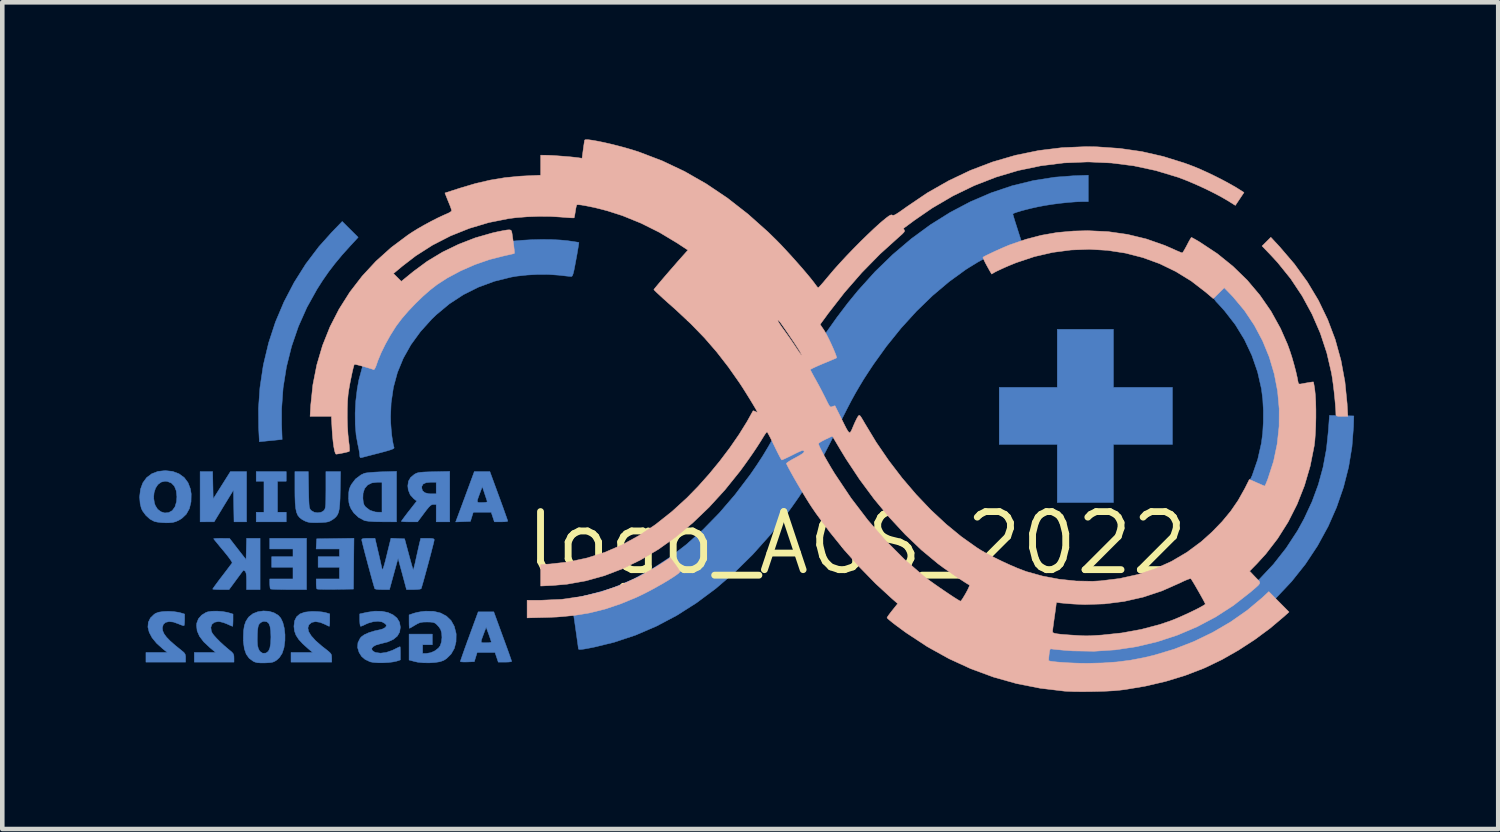
<source format=kicad_pcb>
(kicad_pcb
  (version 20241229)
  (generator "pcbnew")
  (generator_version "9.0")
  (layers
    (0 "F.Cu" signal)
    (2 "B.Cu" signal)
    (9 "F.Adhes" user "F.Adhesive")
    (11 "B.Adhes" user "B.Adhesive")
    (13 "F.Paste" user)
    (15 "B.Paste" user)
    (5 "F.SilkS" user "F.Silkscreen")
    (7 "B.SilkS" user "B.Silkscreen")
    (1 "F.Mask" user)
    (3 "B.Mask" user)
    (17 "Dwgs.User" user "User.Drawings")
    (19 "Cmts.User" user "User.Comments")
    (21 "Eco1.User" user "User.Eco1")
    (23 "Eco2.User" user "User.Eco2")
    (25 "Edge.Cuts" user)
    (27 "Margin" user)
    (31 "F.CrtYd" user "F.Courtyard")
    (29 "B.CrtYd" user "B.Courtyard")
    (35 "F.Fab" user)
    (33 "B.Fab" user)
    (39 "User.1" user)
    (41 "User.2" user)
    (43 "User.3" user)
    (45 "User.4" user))
  (footprint "logo_AGS_2022"
    (layer "F.Cu")
    (at 15.7 8.833)
    (property "Reference" "logo_AGS_2022" (at 0 0 0) (layer "F.SilkS") (effects (font (size 1.27 1.27) (thickness 0.15))))
    (attr through_hole)
    (fp_poly (pts (xy -14.086 -0.968) (xy -13.709 -1.566) (xy -13.356 -1.566) (xy -13.356 -0.466) (xy -13.63 -0.466) (xy -13.636 -0.814) (xy -13.642 -1.162) (xy -13.854 -0.815) (xy -14.065 -0.467) (xy -14.372 -0.466) (xy -14.372 -1.566) (xy -14.098 -1.566) (xy -14.086 -0.968)) (stroke (width 0.01) (type solid)) (fill yes) (layer "B.Cu"))
    (fp_poly (pts (xy -12.488 -1.355) (xy -12.679 -1.355) (xy -12.679 -0.677) (xy -12.488 -0.677) (xy -12.488 -0.466) (xy -13.145 -0.466) (xy -13.145 -0.677) (xy -12.975 -0.677) (xy -12.975 -1.355) (xy -13.145 -1.355) (xy -13.145 -1.566) (xy -12.488 -1.566) (xy -12.488 -1.355)) (stroke (width 0.01) (type solid)) (fill yes) (layer "B.Cu"))
    (fp_poly (pts (xy 5.609 -3.408) (xy 6.9 -3.408) (xy 6.9 -2.159) (xy 5.609 -2.159) (xy 5.609 -0.889) (xy 4.381 -0.889) (xy 4.381 -2.159) (xy 3.111 -2.159) (xy 3.111 -3.408) (xy 4.381 -3.408) (xy 4.381 -4.678) (xy 5.609 -4.678) (xy 5.609 -3.408)) (stroke (width 0.01) (type solid)) (fill yes) (layer "B.Cu"))
    (fp_poly (pts (xy -12.044 1.016) (xy -12.432 1.016) (xy -12.556 1.015) (xy -12.665 1.013) (xy -12.753 1.01) (xy -12.811 1.006) (xy -12.834 1.002) (xy -12.842 0.974) (xy -12.847 0.919) (xy -12.848 0.885) (xy -12.848 0.783) (xy -12.34 0.783) (xy -12.34 0.529) (xy -12.806 0.529) (xy -12.806 0.296) (xy -12.34 0.296) (xy -12.34 0.127) (xy -12.848 0.127) (xy -12.848 -0.106) (xy -12.044 -0.106) (xy -12.044 1.016)) (stroke (width 0.01) (type solid)) (fill yes) (layer "B.Cu"))
    (fp_poly (pts (xy -11.012 0.449) (xy -11.017 1.005) (xy -11.41 1.011) (xy -11.535 1.012) (xy -11.645 1.012) (xy -11.734 1.01) (xy -11.793 1.007) (xy -11.818 1.002) (xy -11.826 0.974) (xy -11.831 0.919) (xy -11.832 0.885) (xy -11.832 0.783) (xy -11.324 0.783) (xy -11.324 0.529) (xy -11.79 0.529) (xy -11.79 0.296) (xy -11.324 0.296) (xy -11.324 0.127) (xy -11.834 0.127) (xy -11.822 -0.095) (xy -11.414 -0.101) (xy -11.006 -0.107) (xy -11.012 0.449)) (stroke (width 0.01) (type solid)) (fill yes) (layer "B.Cu"))
    (fp_poly (pts (xy -11.089 -6.865) (xy -10.914 -6.691) (xy -11.082 -6.509) (xy -11.265 -6.306) (xy -11.422 -6.117) (xy -11.563 -5.933) (xy -11.696 -5.741) (xy -11.815 -5.554) (xy -12.036 -5.157) (xy -12.222 -4.739) (xy -12.371 -4.304) (xy -12.483 -3.856) (xy -12.556 -3.399) (xy -12.589 -2.936) (xy -12.589 -2.6) (xy -12.577 -2.269) (xy -12.702 -2.256) (xy -12.8 -2.246) (xy -12.906 -2.236) (xy -12.952 -2.231) (xy -13.076 -2.219) (xy -13.091 -2.516) (xy -13.095 -2.951) (xy -13.063 -3.402) (xy -12.994 -3.865) (xy -12.984 -3.919) (xy -12.873 -4.383) (xy -12.724 -4.838) (xy -12.537 -5.279) (xy -12.315 -5.704) (xy -12.061 -6.107) (xy -11.775 -6.485) (xy -11.493 -6.8) (xy -11.263 -7.038) (xy -11.089 -6.865)) (stroke (width 0.01) (type solid)) (fill yes) (layer "B.Cu"))
    (fp_poly (pts (xy -14.953 1.497) (xy -14.847 1.513) (xy -14.811 1.521) (xy -14.711 1.551) (xy -14.711 1.671) (xy -14.713 1.739) (xy -14.718 1.788) (xy -14.723 1.804) (xy -14.747 1.803) (xy -14.797 1.786) (xy -14.845 1.766) (xy -14.956 1.726) (xy -15.051 1.716) (xy -15.127 1.733) (xy -15.177 1.777) (xy -15.197 1.847) (xy -15.198 1.857) (xy -15.189 1.92) (xy -15.16 1.985) (xy -15.108 2.056) (xy -15.029 2.138) (xy -14.92 2.234) (xy -14.78 2.347) (xy -14.726 2.392) (xy -14.7 2.429) (xy -14.69 2.476) (xy -14.69 2.51) (xy -14.69 2.603) (xy -15.557 2.603) (xy -15.557 2.392) (xy -15.088 2.392) (xy -15.191 2.31) (xy -15.324 2.19) (xy -15.423 2.069) (xy -15.486 1.95) (xy -15.514 1.836) (xy -15.505 1.731) (xy -15.459 1.636) (xy -15.376 1.556) (xy -15.344 1.535) (xy -15.276 1.51) (xy -15.18 1.496) (xy -15.068 1.491) (xy -14.953 1.497)) (stroke (width 0.01) (type solid)) (fill yes) (layer "B.Cu"))
    (fp_poly (pts (xy -10.075 -0.466) (xy -10.388 -0.467) (xy -10.553 -0.47) (xy -10.677 -0.478) (xy -10.76 -0.49) (xy -10.782 -0.497) (xy -10.904 -0.562) (xy -11.008 -0.659) (xy -11.07 -0.753) (xy -11.1 -0.822) (xy -11.117 -0.892) (xy -11.123 -0.979) (xy -11.123 -0.98) (xy -10.811 -0.98) (xy -10.802 -0.895) (xy -10.785 -0.838) (xy -10.753 -0.793) (xy -10.752 -0.792) (xy -10.657 -0.719) (xy -10.541 -0.682) (xy -10.483 -0.678) (xy -10.393 -0.677) (xy -10.393 -1.333) (xy -10.493 -1.333) (xy -10.616 -1.318) (xy -10.709 -1.271) (xy -10.773 -1.195) (xy -10.807 -1.089) (xy -10.811 -0.98) (xy -11.123 -0.98) (xy -11.123 -1.015) (xy -11.12 -1.107) (xy -11.11 -1.175) (xy -11.087 -1.236) (xy -11.062 -1.285) (xy -10.973 -1.403) (xy -10.853 -1.493) (xy -10.784 -1.526) (xy -10.741 -1.536) (xy -10.665 -1.545) (xy -10.565 -1.553) (xy -10.45 -1.559) (xy -10.398 -1.561) (xy -10.075 -1.571) (xy -10.075 -0.466)) (stroke (width 0.01) (type solid)) (fill yes) (layer "B.Cu"))
    (fp_poly (pts (xy -13.882 1.496) (xy -13.774 1.515) (xy -13.732 1.527) (xy -13.652 1.552) (xy -13.652 1.686) (xy -13.654 1.755) (xy -13.657 1.804) (xy -13.661 1.82) (xy -13.683 1.812) (xy -13.732 1.791) (xy -13.783 1.768) (xy -13.86 1.738) (xy -13.937 1.719) (xy -13.975 1.715) (xy -14.058 1.731) (xy -14.113 1.775) (xy -14.137 1.842) (xy -14.127 1.923) (xy -14.109 1.964) (xy -14.075 2.012) (xy -14.015 2.079) (xy -13.938 2.157) (xy -13.85 2.238) (xy -13.759 2.316) (xy -13.732 2.338) (xy -13.675 2.386) (xy -13.645 2.423) (xy -13.633 2.464) (xy -13.631 2.511) (xy -13.631 2.603) (xy -14.499 2.603) (xy -14.499 2.392) (xy -14.031 2.392) (xy -14.16 2.284) (xy -14.293 2.159) (xy -14.385 2.038) (xy -14.437 1.919) (xy -14.45 1.8) (xy -14.445 1.75) (xy -14.409 1.655) (xy -14.339 1.575) (xy -14.245 1.517) (xy -14.202 1.502) (xy -14.113 1.489) (xy -14.001 1.487) (xy -13.882 1.496)) (stroke (width 0.01) (type solid)) (fill yes) (layer "B.Cu"))
    (fp_poly (pts (xy -11.799 1.497) (xy -11.707 1.505) (xy -11.636 1.518) (xy -11.626 1.52) (xy -11.536 1.547) (xy -11.536 1.684) (xy -11.537 1.753) (xy -11.541 1.803) (xy -11.546 1.82) (xy -11.57 1.811) (xy -11.616 1.788) (xy -11.636 1.778) (xy -11.748 1.732) (xy -11.848 1.717) (xy -11.93 1.734) (xy -11.989 1.783) (xy -11.993 1.788) (xy -12.014 1.856) (xy -11.997 1.937) (xy -11.94 2.029) (xy -11.844 2.135) (xy -11.709 2.253) (xy -11.652 2.297) (xy -11.578 2.355) (xy -11.532 2.395) (xy -11.506 2.428) (xy -11.496 2.461) (xy -11.494 2.503) (xy -11.493 2.511) (xy -11.493 2.603) (xy -12.383 2.603) (xy -12.383 2.392) (xy -11.909 2.392) (xy -12.003 2.313) (xy -12.126 2.202) (xy -12.216 2.104) (xy -12.275 2.012) (xy -12.308 1.92) (xy -12.319 1.821) (xy -12.319 1.816) (xy -12.305 1.7) (xy -12.262 1.612) (xy -12.189 1.549) (xy -12.083 1.51) (xy -11.942 1.494) (xy -11.896 1.493) (xy -11.799 1.497)) (stroke (width 0.01) (type solid)) (fill yes) (layer "B.Cu"))
    (fp_poly (pts (xy -8.033 -1.566) (xy -7.837 -1.032) (xy -7.785 -0.89) (xy -7.738 -0.761) (xy -7.699 -0.65) (xy -7.668 -0.563) (xy -7.648 -0.505) (xy -7.641 -0.482) (xy -7.641 -0.482) (xy -7.661 -0.474) (xy -7.711 -0.468) (xy -7.783 -0.466) (xy -7.788 -0.466) (xy -7.934 -0.466) (xy -7.969 -0.572) (xy -8.004 -0.677) (xy -8.396 -0.677) (xy -8.427 -0.577) (xy -8.458 -0.476) (xy -8.619 -0.47) (xy -8.781 -0.464) (xy -8.68 -0.735) (xy -8.631 -0.867) (xy -8.614 -0.913) (xy -8.308 -0.913) (xy -8.296 -0.894) (xy -8.266 -0.889) (xy -8.215 -0.889) (xy -8.201 -0.889) (xy -8.13 -0.892) (xy -8.095 -0.901) (xy -8.091 -0.915) (xy -8.102 -0.948) (xy -8.122 -1.008) (xy -8.147 -1.083) (xy -8.149 -1.09) (xy -8.198 -1.237) (xy -8.245 -1.111) (xy -8.281 -1.014) (xy -8.303 -0.95) (xy -8.308 -0.913) (xy -8.614 -0.913) (xy -8.575 -1.018) (xy -8.519 -1.17) (xy -8.476 -1.286) (xy -8.373 -1.566) (xy -8.033 -1.566)) (stroke (width 0.01) (type solid)) (fill yes) (layer "B.Cu"))
    (fp_poly (pts (xy -13.06 1.016) (xy -13.356 1.016) (xy -13.356 0.828) (xy -13.358 0.729) (xy -13.365 0.664) (xy -13.378 0.626) (xy -13.388 0.613) (xy -13.418 0.595) (xy -13.428 0.595) (xy -13.442 0.614) (xy -13.477 0.661) (xy -13.526 0.727) (xy -13.586 0.808) (xy -13.587 0.81) (xy -13.739 1.016) (xy -13.918 1.016) (xy -13.999 1.015) (xy -14.061 1.011) (xy -14.094 1.006) (xy -14.097 1.004) (xy -14.085 0.984) (xy -14.051 0.936) (xy -14 0.867) (xy -13.937 0.782) (xy -13.892 0.724) (xy -13.821 0.631) (xy -13.759 0.549) (xy -13.71 0.484) (xy -13.679 0.444) (xy -13.671 0.433) (xy -13.678 0.41) (xy -13.71 0.36) (xy -13.763 0.288) (xy -13.833 0.201) (xy -13.865 0.162) (xy -13.938 0.075) (xy -13.999 0.000491) (xy -14.046 -0.057) (xy -14.072 -0.09) (xy -14.076 -0.097) (xy -14.056 -0.101) (xy -14.004 -0.104) (xy -13.93 -0.105) (xy -13.901 -0.105) (xy -13.727 -0.103) (xy -13.547 0.129) (xy -13.367 0.36) (xy -13.361 0.127) (xy -13.355 -0.106) (xy -13.06 -0.106) (xy -13.06 1.016)) (stroke (width 0.01) (type solid)) (fill yes) (layer "B.Cu"))
    (fp_poly (pts (xy -8.911 -0.466) (xy -9.207 -0.466) (xy -9.207 -0.847) (xy -9.269 -0.847) (xy -9.3 -0.842) (xy -9.33 -0.825) (xy -9.367 -0.789) (xy -9.417 -0.729) (xy -9.472 -0.656) (xy -9.614 -0.466) (xy -9.792 -0.466) (xy -9.872 -0.467) (xy -9.934 -0.471) (xy -9.967 -0.476) (xy -9.97 -0.478) (xy -9.957 -0.498) (xy -9.923 -0.545) (xy -9.873 -0.612) (xy -9.812 -0.692) (xy -9.801 -0.705) (xy -9.632 -0.921) (xy -9.695 -0.97) (xy -9.775 -1.057) (xy -9.819 -1.167) (xy -9.824 -1.214) (xy -9.525 -1.214) (xy -9.507 -1.147) (xy -9.454 -1.103) (xy -9.367 -1.081) (xy -9.324 -1.079) (xy -9.207 -1.079) (xy -9.207 -1.333) (xy -9.328 -1.333) (xy -9.428 -1.323) (xy -9.493 -1.293) (xy -9.522 -1.24) (xy -9.525 -1.214) (xy -9.824 -1.214) (xy -9.828 -1.253) (xy -9.814 -1.355) (xy -9.766 -1.438) (xy -9.681 -1.508) (xy -9.671 -1.513) (xy -9.638 -1.53) (xy -9.6 -1.542) (xy -9.547 -1.55) (xy -9.473 -1.556) (xy -9.371 -1.56) (xy -9.255 -1.563) (xy -8.911 -1.57) (xy -8.911 -0.466)) (stroke (width 0.01) (type solid)) (fill yes) (layer "B.Cu"))
    (fp_poly (pts (xy -7.752 2.037) (xy -7.7 2.179) (xy -7.653 2.308) (xy -7.613 2.419) (xy -7.583 2.506) (xy -7.563 2.564) (xy -7.556 2.588) (xy -7.556 2.588) (xy -7.576 2.595) (xy -7.627 2.601) (xy -7.699 2.603) (xy -7.703 2.603) (xy -7.849 2.603) (xy -7.92 2.392) (xy -8.311 2.392) (xy -8.342 2.492) (xy -8.373 2.593) (xy -8.526 2.599) (xy -8.6 2.6) (xy -8.655 2.597) (xy -8.679 2.59) (xy -8.679 2.589) (xy -8.672 2.565) (xy -8.652 2.507) (xy -8.622 2.42) (xy -8.583 2.309) (xy -8.536 2.18) (xy -8.528 2.157) (xy -8.223 2.157) (xy -8.211 2.175) (xy -8.181 2.18) (xy -8.13 2.18) (xy -8.119 2.18) (xy -8.055 2.178) (xy -8.012 2.171) (xy -8.001 2.164) (xy -8.008 2.138) (xy -8.026 2.083) (xy -8.051 2.01) (xy -8.057 1.993) (xy -8.114 1.838) (xy -8.16 1.961) (xy -8.196 2.058) (xy -8.218 2.121) (xy -8.223 2.157) (xy -8.528 2.157) (xy -8.484 2.038) (xy -8.484 2.037) (xy -8.288 1.503) (xy -7.947 1.503) (xy -7.752 2.037)) (stroke (width 0.01) (type solid)) (fill yes) (layer "B.Cu"))
    (fp_poly (pts (xy -11.998 -1.165) (xy -11.995 -1.025) (xy -11.992 -0.92) (xy -11.988 -0.846) (xy -11.983 -0.795) (xy -11.974 -0.761) (xy -11.962 -0.738) (xy -11.947 -0.719) (xy -11.943 -0.715) (xy -11.88 -0.677) (xy -11.803 -0.664) (xy -11.726 -0.675) (xy -11.667 -0.71) (xy -11.661 -0.717) (xy -11.647 -0.738) (xy -11.636 -0.765) (xy -11.629 -0.804) (xy -11.624 -0.862) (xy -11.622 -0.945) (xy -11.621 -1.059) (xy -11.62 -1.167) (xy -11.62 -1.566) (xy -11.3 -1.566) (xy -11.307 -1.148) (xy -11.31 -0.982) (xy -11.317 -0.852) (xy -11.327 -0.752) (xy -11.343 -0.677) (xy -11.367 -0.62) (xy -11.399 -0.576) (xy -11.442 -0.537) (xy -11.479 -0.512) (xy -11.523 -0.486) (xy -11.567 -0.468) (xy -11.623 -0.458) (xy -11.702 -0.452) (xy -11.777 -0.449) (xy -11.884 -0.448) (xy -11.961 -0.451) (xy -12.018 -0.462) (xy -12.068 -0.48) (xy -12.076 -0.483) (xy -12.143 -0.519) (xy -12.195 -0.56) (xy -12.235 -0.61) (xy -12.263 -0.676) (xy -12.281 -0.764) (xy -12.292 -0.878) (xy -12.297 -1.024) (xy -12.298 -1.163) (xy -12.298 -1.566) (xy -12.005 -1.566) (xy -11.998 -1.165)) (stroke (width 0.01) (type solid)) (fill yes) (layer "B.Cu"))
    (fp_poly (pts (xy -14.973 -1.57) (xy -14.834 -1.518) (xy -14.721 -1.436) (xy -14.637 -1.324) (xy -14.584 -1.186) (xy -14.567 -1.077) (xy -14.571 -0.903) (xy -14.607 -0.755) (xy -14.675 -0.633) (xy -14.775 -0.539) (xy -14.84 -0.5) (xy -14.908 -0.47) (xy -14.972 -0.453) (xy -15.049 -0.446) (xy -15.122 -0.445) (xy -15.216 -0.45) (xy -15.304 -0.46) (xy -15.37 -0.474) (xy -15.375 -0.476) (xy -15.47 -0.527) (xy -15.559 -0.608) (xy -15.63 -0.704) (xy -15.658 -0.761) (xy -15.684 -0.867) (xy -15.694 -0.995) (xy -15.389 -0.995) (xy -15.372 -0.88) (xy -15.353 -0.824) (xy -15.302 -0.742) (xy -15.229 -0.687) (xy -15.146 -0.661) (xy -15.06 -0.669) (xy -14.983 -0.711) (xy -14.981 -0.713) (xy -14.922 -0.794) (xy -14.888 -0.907) (xy -14.88 -1.015) (xy -14.894 -1.145) (xy -14.934 -1.246) (xy -15 -1.315) (xy -15.089 -1.35) (xy -15.141 -1.355) (xy -15.225 -1.335) (xy -15.295 -1.283) (xy -15.347 -1.204) (xy -15.379 -1.105) (xy -15.389 -0.995) (xy -15.694 -0.995) (xy -15.695 -1.002) (xy -15.695 -1.017) (xy -15.676 -1.181) (xy -15.625 -1.32) (xy -15.543 -1.433) (xy -15.432 -1.517) (xy -15.295 -1.57) (xy -15.135 -1.587) (xy -15.135 -1.587) (xy -14.973 -1.57)) (stroke (width 0.01) (type solid)) (fill yes) (layer "B.Cu"))
    (fp_poly (pts (xy -9.264 1.491) (xy -9.111 1.528) (xy -8.983 1.596) (xy -8.882 1.693) (xy -8.812 1.818) (xy -8.773 1.969) (xy -8.77 1.997) (xy -8.773 2.157) (xy -8.81 2.302) (xy -8.881 2.426) (xy -8.981 2.525) (xy -9.047 2.567) (xy -9.126 2.594) (xy -9.234 2.611) (xy -9.358 2.619) (xy -9.487 2.617) (xy -9.608 2.605) (xy -9.678 2.59) (xy -9.8 2.557) (xy -9.8 1.99) (xy -9.292 1.99) (xy -9.292 2.223) (xy -9.504 2.223) (xy -9.504 2.413) (xy -9.424 2.413) (xy -9.328 2.397) (xy -9.234 2.355) (xy -9.156 2.294) (xy -9.119 2.244) (xy -9.092 2.163) (xy -9.081 2.065) (xy -9.087 1.967) (xy -9.109 1.89) (xy -9.11 1.888) (xy -9.147 1.833) (xy -9.196 1.779) (xy -9.197 1.778) (xy -9.232 1.75) (xy -9.271 1.734) (xy -9.328 1.727) (xy -9.407 1.725) (xy -9.494 1.727) (xy -9.556 1.737) (xy -9.612 1.76) (xy -9.671 1.794) (xy -9.731 1.83) (xy -9.774 1.855) (xy -9.791 1.863) (xy -9.796 1.843) (xy -9.799 1.792) (xy -9.8 1.721) (xy -9.8 1.716) (xy -9.8 1.57) (xy -9.7 1.535) (xy -9.626 1.515) (xy -9.531 1.498) (xy -9.439 1.488) (xy -9.264 1.491)) (stroke (width 0.01) (type solid)) (fill yes) (layer "B.Cu"))
    (fp_poly (pts (xy 8.207 -5.514) (xy 8.475 -5.198) (xy 8.707 -4.863) (xy 8.902 -4.513) (xy 9.059 -4.149) (xy 9.178 -3.775) (xy 9.258 -3.391) (xy 9.299 -3.002) (xy 9.299 -2.61) (xy 9.26 -2.216) (xy 9.179 -1.823) (xy 9.103 -1.566) (xy 8.957 -1.194) (xy 8.774 -0.838) (xy 8.557 -0.5) (xy 8.308 -0.184) (xy 8.03 0.106) (xy 7.727 0.368) (xy 7.401 0.597) (xy 7.085 0.776) (xy 6.898 0.869) (xy 6.813 0.687) (xy 6.777 0.608) (xy 6.75 0.545) (xy 6.736 0.506) (xy 6.734 0.498) (xy 6.756 0.486) (xy 6.804 0.461) (xy 6.871 0.427) (xy 6.879 0.423) (xy 7.212 0.233) (xy 7.523 0.011) (xy 7.808 -0.241) (xy 8.064 -0.518) (xy 8.291 -0.819) (xy 8.485 -1.14) (xy 8.644 -1.478) (xy 8.766 -1.831) (xy 8.847 -2.189) (xy 8.875 -2.408) (xy 8.889 -2.65) (xy 8.89 -2.9) (xy 8.877 -3.142) (xy 8.85 -3.36) (xy 8.849 -3.371) (xy 8.763 -3.747) (xy 8.638 -4.108) (xy 8.475 -4.454) (xy 8.275 -4.781) (xy 8.038 -5.086) (xy 7.914 -5.223) (xy 7.854 -5.287) (xy 7.818 -5.335) (xy 7.809 -5.375) (xy 7.826 -5.417) (xy 7.871 -5.469) (xy 7.945 -5.543) (xy 7.948 -5.546) (xy 8.068 -5.662) (xy 8.207 -5.514)) (stroke (width 0.01) (type solid)) (fill yes) (layer "B.Cu"))
    (fp_poly (pts (xy -12.868 1.49) (xy -12.756 1.523) (xy -12.662 1.579) (xy -12.607 1.641) (xy -12.562 1.736) (xy -12.531 1.86) (xy -12.515 2.001) (xy -12.516 2.132) (xy -12.537 2.288) (xy -12.577 2.41) (xy -12.637 2.503) (xy -12.691 2.553) (xy -12.735 2.583) (xy -12.778 2.602) (xy -12.832 2.613) (xy -12.91 2.618) (xy -12.952 2.62) (xy -13.051 2.62) (xy -13.12 2.615) (xy -13.173 2.601) (xy -13.212 2.583) (xy -13.299 2.518) (xy -13.363 2.429) (xy -13.404 2.312) (xy -13.424 2.164) (xy -13.425 2.128) (xy -13.122 2.128) (xy -13.116 2.233) (xy -13.098 2.308) (xy -13.069 2.361) (xy -13.059 2.372) (xy -13.005 2.408) (xy -12.944 2.407) (xy -12.923 2.4) (xy -12.878 2.365) (xy -12.847 2.298) (xy -12.829 2.197) (xy -12.823 2.057) (xy -12.823 2.052) (xy -12.828 1.917) (xy -12.843 1.82) (xy -12.869 1.756) (xy -12.91 1.721) (xy -12.968 1.711) (xy -12.996 1.714) (xy -13.035 1.731) (xy -13.069 1.758) (xy -13.09 1.787) (xy -13.104 1.831) (xy -13.114 1.899) (xy -13.119 1.988) (xy -13.122 2.128) (xy -13.425 2.128) (xy -13.426 2.064) (xy -13.421 1.916) (xy -13.403 1.801) (xy -13.37 1.709) (xy -13.32 1.631) (xy -13.302 1.61) (xy -13.215 1.542) (xy -13.107 1.5) (xy -12.988 1.483) (xy -12.868 1.49)) (stroke (width 0.01) (type solid)) (fill yes) (layer "B.Cu"))
    (fp_poly (pts (xy -10.398 1.49) (xy -10.263 1.517) (xy -10.151 1.568) (xy -10.065 1.639) (xy -10.01 1.729) (xy -9.991 1.837) (xy -9.991 1.839) (xy -10.007 1.946) (xy -10.058 2.034) (xy -10.144 2.105) (xy -10.267 2.161) (xy -10.429 2.202) (xy -10.429 2.202) (xy -10.524 2.229) (xy -10.588 2.264) (xy -10.617 2.303) (xy -10.61 2.342) (xy -10.565 2.378) (xy -10.528 2.393) (xy -10.424 2.407) (xy -10.301 2.391) (xy -10.169 2.346) (xy -10.129 2.327) (xy -10.065 2.295) (xy -10.018 2.273) (xy -9.998 2.265) (xy -9.994 2.284) (xy -9.992 2.335) (xy -9.991 2.407) (xy -9.991 2.409) (xy -9.991 2.554) (xy -10.07 2.581) (xy -10.148 2.598) (xy -10.251 2.611) (xy -10.365 2.617) (xy -10.478 2.617) (xy -10.577 2.61) (xy -10.649 2.597) (xy -10.656 2.594) (xy -10.762 2.544) (xy -10.838 2.48) (xy -10.894 2.391) (xy -10.927 2.283) (xy -10.919 2.177) (xy -10.871 2.081) (xy -10.846 2.051) (xy -10.78 2.003) (xy -10.68 1.958) (xy -10.557 1.92) (xy -10.442 1.895) (xy -10.378 1.877) (xy -10.327 1.849) (xy -10.319 1.842) (xy -10.297 1.811) (xy -10.302 1.786) (xy -10.328 1.759) (xy -10.391 1.723) (xy -10.479 1.709) (xy -10.582 1.718) (xy -10.689 1.748) (xy -10.739 1.769) (xy -10.799 1.798) (xy -10.845 1.816) (xy -10.86 1.82) (xy -10.87 1.801) (xy -10.877 1.751) (xy -10.88 1.684) (xy -10.88 1.548) (xy -10.718 1.512) (xy -10.551 1.488) (xy -10.398 1.49)) (stroke (width 0.01) (type solid)) (fill yes) (layer "B.Cu"))
    (fp_poly (pts (xy 10.603 -2.789) (xy 10.869 -2.783) (xy 10.862 -2.551) (xy 10.828 -2.109) (xy 10.755 -1.664) (xy 10.642 -1.221) (xy 10.492 -0.786) (xy 10.309 -0.37) (xy 10.076 0.057) (xy 9.809 0.46) (xy 9.508 0.838) (xy 9.177 1.189) (xy 8.817 1.511) (xy 8.429 1.803) (xy 8.015 2.064) (xy 7.576 2.29) (xy 7.506 2.322) (xy 7.344 2.391) (xy 7.158 2.463) (xy 6.957 2.535) (xy 6.752 2.603) (xy 6.552 2.665) (xy 6.369 2.716) (xy 6.212 2.754) (xy 6.181 2.76) (xy 5.883 2.809) (xy 5.57 2.841) (xy 5.255 2.855) (xy 4.955 2.851) (xy 4.837 2.844) (xy 4.636 2.827) (xy 4.475 2.814) (xy 4.35 2.803) (xy 4.26 2.794) (xy 4.201 2.787) (xy 4.17 2.782) (xy 4.169 2.782) (xy 4.154 2.774) (xy 4.147 2.754) (xy 4.146 2.715) (xy 4.152 2.649) (xy 4.164 2.556) (xy 4.18 2.434) (xy 4.192 2.348) (xy 4.204 2.292) (xy 4.217 2.26) (xy 4.235 2.247) (xy 4.26 2.246) (xy 4.295 2.251) (xy 4.299 2.252) (xy 4.509 2.277) (xy 4.75 2.292) (xy 5.011 2.296) (xy 5.28 2.289) (xy 5.548 2.272) (xy 5.804 2.245) (xy 5.97 2.221) (xy 6.429 2.122) (xy 6.873 1.986) (xy 7.301 1.813) (xy 7.709 1.606) (xy 8.096 1.366) (xy 8.46 1.094) (xy 8.799 0.793) (xy 9.109 0.463) (xy 9.389 0.107) (xy 9.638 -0.274) (xy 9.78 -0.533) (xy 9.954 -0.907) (xy 10.092 -1.281) (xy 10.196 -1.662) (xy 10.27 -2.059) (xy 10.312 -2.461) (xy 10.336 -2.795) (xy 10.603 -2.789)) (stroke (width 0.01) (type solid)) (fill yes) (layer "B.Cu"))
    (fp_poly (pts (xy -10.047 -0.101) (xy -9.898 -0.095) (xy -9.808 0.24) (xy -9.777 0.353) (xy -9.75 0.451) (xy -9.729 0.526) (xy -9.714 0.573) (xy -9.71 0.584) (xy -9.703 0.568) (xy -9.689 0.517) (xy -9.67 0.44) (xy -9.649 0.344) (xy -9.644 0.322) (xy -9.62 0.213) (xy -9.597 0.111) (xy -9.578 0.028) (xy -9.566 -0.025) (xy -9.565 -0.026) (xy -9.545 -0.106) (xy -9.397 -0.106) (xy -9.318 -0.104) (xy -9.272 -0.098) (xy -9.253 -0.085) (xy -9.25 -0.072) (xy -9.255 -0.044) (xy -9.27 0.019) (xy -9.293 0.108) (xy -9.321 0.218) (xy -9.353 0.34) (xy -9.388 0.47) (xy -9.423 0.599) (xy -9.456 0.72) (xy -9.486 0.828) (xy -9.511 0.914) (xy -9.528 0.973) (xy -9.537 0.997) (xy -9.562 1.006) (xy -9.619 1.013) (xy -9.694 1.016) (xy -9.703 1.016) (xy -9.856 1.016) (xy -9.948 0.674) (xy -10.041 0.333) (xy -10.067 0.426) (xy -10.083 0.484) (xy -10.107 0.57) (xy -10.135 0.673) (xy -10.161 0.767) (xy -10.229 1.016) (xy -10.384 1.016) (xy -10.46 1.014) (xy -10.519 1.008) (xy -10.549 0.999) (xy -10.55 0.998) (xy -10.559 0.971) (xy -10.577 0.911) (xy -10.602 0.823) (xy -10.632 0.715) (xy -10.665 0.593) (xy -10.7 0.464) (xy -10.734 0.335) (xy -10.767 0.212) (xy -10.795 0.103) (xy -10.817 0.014) (xy -10.832 -0.047) (xy -10.837 -0.075) (xy -10.828 -0.092) (xy -10.794 -0.102) (xy -10.728 -0.106) (xy -10.692 -0.106) (xy -10.546 -0.106) (xy -10.48 0.175) (xy -10.454 0.285) (xy -10.431 0.386) (xy -10.413 0.468) (xy -10.401 0.521) (xy -10.4 0.526) (xy -10.393 0.559) (xy -10.384 0.574) (xy -10.374 0.566) (xy -10.36 0.532) (xy -10.341 0.468) (xy -10.315 0.372) (xy -10.282 0.238) (xy -10.277 0.216) (xy -10.197 -0.108) (xy -10.047 -0.101)) (stroke (width 0.01) (type solid)) (fill yes) (layer "B.Cu"))
    (fp_poly (pts (xy -6.685 -6.642) (xy -6.491 -6.632) (xy -6.342 -6.618) (xy -6.244 -6.604) (xy -6.163 -6.592) (xy -6.107 -6.583) (xy -6.085 -6.578) (xy -6.085 -6.578) (xy -6.087 -6.557) (xy -6.096 -6.5) (xy -6.11 -6.415) (xy -6.128 -6.309) (xy -6.148 -6.202) (xy -6.173 -6.068) (xy -6.192 -5.971) (xy -6.208 -5.905) (xy -6.222 -5.863) (xy -6.235 -5.842) (xy -6.249 -5.834) (xy -6.256 -5.834) (xy -6.293 -5.837) (xy -6.362 -5.844) (xy -6.451 -5.854) (xy -6.53 -5.863) (xy -6.742 -5.878) (xy -6.978 -5.879) (xy -7.218 -5.866) (xy -7.447 -5.841) (xy -7.563 -5.821) (xy -7.934 -5.729) (xy -8.284 -5.6) (xy -8.612 -5.436) (xy -8.919 -5.235) (xy -9.205 -4.997) (xy -9.304 -4.902) (xy -9.552 -4.627) (xy -9.76 -4.341) (xy -9.927 -4.044) (xy -10.055 -3.733) (xy -10.143 -3.408) (xy -10.193 -3.067) (xy -10.205 -2.774) (xy -10.202 -2.637) (xy -10.192 -2.495) (xy -10.179 -2.357) (xy -10.161 -2.235) (xy -10.142 -2.138) (xy -10.128 -2.091) (xy -10.131 -2.077) (xy -10.155 -2.061) (xy -10.204 -2.042) (xy -10.283 -2.018) (xy -10.396 -1.987) (xy -10.461 -1.97) (xy -10.578 -1.94) (xy -10.682 -1.913) (xy -10.767 -1.891) (xy -10.824 -1.876) (xy -10.843 -1.871) (xy -10.869 -1.871) (xy -10.879 -1.902) (xy -10.88 -1.923) (xy -10.885 -1.974) (xy -10.898 -2.05) (xy -10.917 -2.139) (xy -10.922 -2.163) (xy -10.959 -2.367) (xy -10.978 -2.599) (xy -10.98 -2.851) (xy -10.966 -3.111) (xy -10.935 -3.371) (xy -10.898 -3.575) (xy -10.796 -3.95) (xy -10.656 -4.309) (xy -10.48 -4.65) (xy -10.271 -4.972) (xy -10.03 -5.271) (xy -9.759 -5.547) (xy -9.461 -5.797) (xy -9.138 -6.019) (xy -8.792 -6.212) (xy -8.424 -6.373) (xy -8.038 -6.501) (xy -7.673 -6.586) (xy -7.512 -6.61) (xy -7.321 -6.627) (xy -7.111 -6.639) (xy -6.895 -6.644) (xy -6.685 -6.642)) (stroke (width 0.01) (type solid)) (fill yes) (layer "B.Cu"))
    (fp_poly (pts (xy 5.059 -7.472) (xy 4.916 -7.472) (xy 4.787 -7.467) (xy 4.63 -7.455) (xy 4.456 -7.437) (xy 4.277 -7.414) (xy 4.107 -7.387) (xy 3.958 -7.359) (xy 3.823 -7.329) (xy 3.697 -7.298) (xy 3.586 -7.268) (xy 3.497 -7.241) (xy 3.436 -7.219) (xy 3.409 -7.203) (xy 3.408 -7.201) (xy 3.415 -7.177) (xy 3.432 -7.119) (xy 3.457 -7.037) (xy 3.489 -6.937) (xy 3.504 -6.89) (xy 3.537 -6.786) (xy 3.565 -6.698) (xy 3.586 -6.632) (xy 3.597 -6.596) (xy 3.598 -6.592) (xy 3.58 -6.584) (xy 3.53 -6.565) (xy 3.457 -6.538) (xy 3.403 -6.519) (xy 3.232 -6.451) (xy 3.04 -6.362) (xy 2.837 -6.257) (xy 2.633 -6.143) (xy 2.439 -6.024) (xy 2.375 -5.983) (xy 2.011 -5.718) (xy 1.652 -5.415) (xy 1.302 -5.076) (xy 0.964 -4.705) (xy 0.643 -4.307) (xy 0.362 -3.916) (xy 0.25 -3.747) (xy 0.148 -3.59) (xy 0.055 -3.436) (xy -0.036 -3.28) (xy -0.128 -3.113) (xy -0.224 -2.928) (xy -0.33 -2.718) (xy -0.433 -2.508) (xy -0.588 -2.197) (xy -0.731 -1.92) (xy -0.868 -1.668) (xy -1.001 -1.437) (xy -1.136 -1.219) (xy -1.275 -1.007) (xy -1.423 -0.796) (xy -1.534 -0.645) (xy -1.901 -0.179) (xy -2.283 0.249) (xy -2.679 0.639) (xy -3.089 0.992) (xy -3.511 1.306) (xy -3.945 1.582) (xy -4.39 1.817) (xy -4.846 2.013) (xy -5.312 2.168) (xy -5.747 2.274) (xy -5.878 2.3) (xy -5.972 2.317) (xy -6.036 2.325) (xy -6.075 2.326) (xy -6.093 2.319) (xy -6.096 2.31) (xy -6.099 2.285) (xy -6.107 2.224) (xy -6.12 2.132) (xy -6.136 2.017) (xy -6.155 1.884) (xy -6.17 1.778) (xy -6.191 1.634) (xy -6.209 1.504) (xy -6.224 1.393) (xy -6.236 1.307) (xy -6.243 1.253) (xy -6.244 1.236) (xy -6.225 1.215) (xy -6.177 1.198) (xy -6.165 1.195) (xy -6.058 1.175) (xy -5.923 1.144) (xy -5.773 1.105) (xy -5.62 1.063) (xy -5.476 1.021) (xy -5.353 0.981) (xy -5.302 0.963) (xy -4.9 0.79) (xy -4.504 0.577) (xy -4.116 0.324) (xy -3.737 0.032) (xy -3.369 -0.296) (xy -3.013 -0.66) (xy -2.671 -1.058) (xy -2.344 -1.489) (xy -2.316 -1.528) (xy -2.186 -1.718) (xy -2.063 -1.907) (xy -1.944 -2.105) (xy -1.824 -2.316) (xy -1.699 -2.548) (xy -1.565 -2.808) (xy -1.458 -3.024) (xy -1.369 -3.205) (xy -1.298 -3.351) (xy -1.243 -3.467) (xy -1.201 -3.556) (xy -1.173 -3.622) (xy -1.155 -3.669) (xy -1.147 -3.701) (xy -1.147 -3.721) (xy -1.153 -3.732) (xy -1.157 -3.736) (xy -1.171 -3.75) (xy -1.174 -3.771) (xy -1.163 -3.805) (xy -1.137 -3.859) (xy -1.092 -3.941) (xy -1.074 -3.971) (xy -0.887 -4.283) (xy -0.674 -4.609) (xy -0.441 -4.938) (xy -0.197 -5.259) (xy 0.02 -5.524) (xy 0.393 -5.938) (xy 0.783 -6.316) (xy 1.188 -6.66) (xy 1.607 -6.967) (xy 2.039 -7.237) (xy 2.481 -7.47) (xy 2.933 -7.664) (xy 3.393 -7.819) (xy 3.859 -7.933) (xy 4.33 -8.007) (xy 4.725 -8.037) (xy 5.059 -8.05) (xy 5.059 -7.472)) (stroke (width 0.01) (type solid)) (fill yes) (layer "B.Cu"))
    (fp_poly (pts (xy -14.086 -0.968) (xy -13.709 -1.566) (xy -13.356 -1.566) (xy -13.356 -0.466) (xy -13.63 -0.466) (xy -13.636 -0.814) (xy -13.642 -1.162) (xy -13.854 -0.815) (xy -14.065 -0.467) (xy -14.372 -0.466) (xy -14.372 -1.566) (xy -14.098 -1.566) (xy -14.086 -0.968)) (stroke (width 0.01) (type solid)) (fill yes) (layer "B.Mask"))
    (fp_poly (pts (xy -12.488 -1.355) (xy -12.679 -1.355) (xy -12.679 -0.677) (xy -12.488 -0.677) (xy -12.488 -0.466) (xy -13.145 -0.466) (xy -13.145 -0.677) (xy -12.975 -0.677) (xy -12.975 -1.355) (xy -13.145 -1.355) (xy -13.145 -1.566) (xy -12.488 -1.566) (xy -12.488 -1.355)) (stroke (width 0.01) (type solid)) (fill yes) (layer "B.Mask"))
    (fp_poly (pts (xy 5.609 -3.408) (xy 6.249 -3.403) (xy 6.89 -3.397) (xy 6.895 -2.778) (xy 6.901 -2.159) (xy 5.609 -2.159) (xy 5.609 -0.889) (xy 4.381 -0.889) (xy 4.381 -2.159) (xy 3.111 -2.159) (xy 3.111 -3.408) (xy 4.381 -3.408) (xy 4.381 -4.678) (xy 5.609 -4.678) (xy 5.609 -3.408)) (stroke (width 0.01) (type solid)) (fill yes) (layer "B.Mask"))
    (fp_poly (pts (xy -12.044 1.016) (xy -12.432 1.016) (xy -12.556 1.015) (xy -12.665 1.013) (xy -12.753 1.01) (xy -12.811 1.006) (xy -12.834 1.002) (xy -12.842 0.974) (xy -12.847 0.919) (xy -12.848 0.885) (xy -12.848 0.783) (xy -12.34 0.783) (xy -12.34 0.529) (xy -12.806 0.529) (xy -12.806 0.296) (xy -12.34 0.296) (xy -12.34 0.127) (xy -12.848 0.127) (xy -12.848 -0.106) (xy -12.044 -0.106) (xy -12.044 1.016)) (stroke (width 0.01) (type solid)) (fill yes) (layer "B.Mask"))
    (fp_poly (pts (xy -11.012 0.449) (xy -11.017 1.005) (xy -11.41 1.011) (xy -11.535 1.012) (xy -11.645 1.012) (xy -11.734 1.01) (xy -11.793 1.007) (xy -11.818 1.002) (xy -11.826 0.974) (xy -11.831 0.919) (xy -11.832 0.885) (xy -11.832 0.783) (xy -11.324 0.783) (xy -11.324 0.529) (xy -11.79 0.529) (xy -11.79 0.296) (xy -11.324 0.296) (xy -11.324 0.127) (xy -11.834 0.127) (xy -11.822 -0.095) (xy -11.414 -0.101) (xy -11.006 -0.107) (xy -11.012 0.449)) (stroke (width 0.01) (type solid)) (fill yes) (layer "B.Mask"))
    (fp_poly (pts (xy -14.953 1.497) (xy -14.847 1.513) (xy -14.811 1.521) (xy -14.711 1.551) (xy -14.711 1.671) (xy -14.713 1.739) (xy -14.718 1.788) (xy -14.723 1.804) (xy -14.747 1.803) (xy -14.797 1.786) (xy -14.845 1.766) (xy -14.956 1.726) (xy -15.051 1.716) (xy -15.127 1.733) (xy -15.177 1.777) (xy -15.197 1.847) (xy -15.198 1.857) (xy -15.189 1.92) (xy -15.16 1.985) (xy -15.108 2.056) (xy -15.029 2.138) (xy -14.92 2.234) (xy -14.78 2.347) (xy -14.726 2.392) (xy -14.7 2.429) (xy -14.69 2.476) (xy -14.69 2.51) (xy -14.69 2.603) (xy -15.557 2.603) (xy -15.557 2.392) (xy -15.088 2.392) (xy -15.191 2.31) (xy -15.324 2.19) (xy -15.423 2.069) (xy -15.486 1.95) (xy -15.514 1.836) (xy -15.505 1.731) (xy -15.459 1.636) (xy -15.376 1.556) (xy -15.344 1.535) (xy -15.276 1.51) (xy -15.18 1.496) (xy -15.068 1.491) (xy -14.953 1.497)) (stroke (width 0.01) (type solid)) (fill yes) (layer "B.Mask"))
    (fp_poly (pts (xy -10.075 -0.466) (xy -10.388 -0.467) (xy -10.553 -0.47) (xy -10.677 -0.478) (xy -10.76 -0.49) (xy -10.782 -0.497) (xy -10.904 -0.562) (xy -11.008 -0.659) (xy -11.07 -0.753) (xy -11.1 -0.822) (xy -11.117 -0.892) (xy -11.123 -0.979) (xy -11.123 -0.98) (xy -10.811 -0.98) (xy -10.802 -0.895) (xy -10.785 -0.838) (xy -10.753 -0.793) (xy -10.752 -0.792) (xy -10.657 -0.719) (xy -10.541 -0.682) (xy -10.483 -0.678) (xy -10.393 -0.677) (xy -10.393 -1.333) (xy -10.493 -1.333) (xy -10.616 -1.318) (xy -10.709 -1.271) (xy -10.773 -1.195) (xy -10.807 -1.089) (xy -10.811 -0.98) (xy -11.123 -0.98) (xy -11.123 -1.015) (xy -11.12 -1.107) (xy -11.11 -1.175) (xy -11.087 -1.236) (xy -11.062 -1.285) (xy -10.973 -1.403) (xy -10.853 -1.493) (xy -10.784 -1.526) (xy -10.741 -1.536) (xy -10.665 -1.545) (xy -10.565 -1.553) (xy -10.45 -1.559) (xy -10.398 -1.561) (xy -10.075 -1.571) (xy -10.075 -0.466)) (stroke (width 0.01) (type solid)) (fill yes) (layer "B.Mask"))
    (fp_poly (pts (xy -13.882 1.496) (xy -13.774 1.515) (xy -13.732 1.527) (xy -13.652 1.552) (xy -13.652 1.686) (xy -13.654 1.755) (xy -13.657 1.804) (xy -13.661 1.82) (xy -13.683 1.812) (xy -13.732 1.791) (xy -13.783 1.768) (xy -13.86 1.738) (xy -13.937 1.719) (xy -13.975 1.715) (xy -14.058 1.731) (xy -14.113 1.775) (xy -14.137 1.842) (xy -14.127 1.923) (xy -14.109 1.964) (xy -14.075 2.012) (xy -14.015 2.079) (xy -13.938 2.157) (xy -13.85 2.238) (xy -13.759 2.316) (xy -13.732 2.338) (xy -13.675 2.386) (xy -13.645 2.423) (xy -13.633 2.464) (xy -13.631 2.511) (xy -13.631 2.603) (xy -14.499 2.603) (xy -14.499 2.392) (xy -14.031 2.392) (xy -14.16 2.284) (xy -14.293 2.159) (xy -14.385 2.038) (xy -14.437 1.919) (xy -14.45 1.8) (xy -14.445 1.75) (xy -14.409 1.655) (xy -14.339 1.575) (xy -14.245 1.517) (xy -14.202 1.502) (xy -14.113 1.489) (xy -14.001 1.487) (xy -13.882 1.496)) (stroke (width 0.01) (type solid)) (fill yes) (layer "B.Mask"))
    (fp_poly (pts (xy -11.799 1.497) (xy -11.707 1.505) (xy -11.636 1.518) (xy -11.626 1.52) (xy -11.536 1.547) (xy -11.536 1.684) (xy -11.537 1.753) (xy -11.541 1.803) (xy -11.546 1.82) (xy -11.57 1.811) (xy -11.616 1.788) (xy -11.636 1.778) (xy -11.748 1.732) (xy -11.848 1.717) (xy -11.93 1.734) (xy -11.989 1.783) (xy -11.993 1.788) (xy -12.014 1.856) (xy -11.997 1.937) (xy -11.94 2.029) (xy -11.844 2.135) (xy -11.709 2.253) (xy -11.652 2.297) (xy -11.578 2.355) (xy -11.532 2.395) (xy -11.506 2.428) (xy -11.496 2.461) (xy -11.494 2.503) (xy -11.493 2.511) (xy -11.493 2.603) (xy -12.383 2.603) (xy -12.383 2.392) (xy -11.909 2.392) (xy -12.003 2.313) (xy -12.126 2.202) (xy -12.216 2.104) (xy -12.275 2.012) (xy -12.308 1.92) (xy -12.319 1.821) (xy -12.319 1.816) (xy -12.305 1.7) (xy -12.262 1.612) (xy -12.189 1.549) (xy -12.083 1.51) (xy -11.942 1.494) (xy -11.896 1.493) (xy -11.799 1.497)) (stroke (width 0.01) (type solid)) (fill yes) (layer "B.Mask"))
    (fp_poly (pts (xy -8.033 -1.566) (xy -7.837 -1.032) (xy -7.785 -0.89) (xy -7.738 -0.761) (xy -7.699 -0.65) (xy -7.668 -0.563) (xy -7.648 -0.505) (xy -7.641 -0.482) (xy -7.641 -0.482) (xy -7.661 -0.474) (xy -7.711 -0.468) (xy -7.783 -0.466) (xy -7.788 -0.466) (xy -7.934 -0.466) (xy -7.969 -0.572) (xy -8.004 -0.677) (xy -8.396 -0.677) (xy -8.427 -0.577) (xy -8.458 -0.476) (xy -8.619 -0.47) (xy -8.781 -0.464) (xy -8.68 -0.735) (xy -8.631 -0.867) (xy -8.614 -0.913) (xy -8.308 -0.913) (xy -8.296 -0.894) (xy -8.266 -0.889) (xy -8.215 -0.889) (xy -8.201 -0.889) (xy -8.13 -0.892) (xy -8.095 -0.901) (xy -8.091 -0.915) (xy -8.102 -0.948) (xy -8.122 -1.008) (xy -8.147 -1.083) (xy -8.149 -1.09) (xy -8.198 -1.237) (xy -8.245 -1.111) (xy -8.281 -1.014) (xy -8.303 -0.95) (xy -8.308 -0.913) (xy -8.614 -0.913) (xy -8.575 -1.018) (xy -8.519 -1.17) (xy -8.476 -1.286) (xy -8.373 -1.566) (xy -8.033 -1.566)) (stroke (width 0.01) (type solid)) (fill yes) (layer "B.Mask"))
    (fp_poly (pts (xy -13.06 1.016) (xy -13.356 1.016) (xy -13.356 0.828) (xy -13.358 0.729) (xy -13.365 0.664) (xy -13.378 0.626) (xy -13.388 0.613) (xy -13.418 0.595) (xy -13.428 0.595) (xy -13.442 0.614) (xy -13.477 0.661) (xy -13.526 0.727) (xy -13.586 0.808) (xy -13.587 0.81) (xy -13.739 1.016) (xy -13.918 1.016) (xy -13.999 1.015) (xy -14.061 1.011) (xy -14.094 1.006) (xy -14.097 1.004) (xy -14.085 0.984) (xy -14.051 0.936) (xy -14 0.867) (xy -13.937 0.782) (xy -13.892 0.724) (xy -13.821 0.631) (xy -13.759 0.549) (xy -13.71 0.484) (xy -13.679 0.444) (xy -13.671 0.433) (xy -13.678 0.41) (xy -13.71 0.36) (xy -13.763 0.288) (xy -13.833 0.201) (xy -13.865 0.162) (xy -13.938 0.075) (xy -13.999 0.000491) (xy -14.046 -0.057) (xy -14.072 -0.09) (xy -14.076 -0.097) (xy -14.056 -0.101) (xy -14.004 -0.104) (xy -13.93 -0.105) (xy -13.901 -0.105) (xy -13.727 -0.103) (xy -13.547 0.129) (xy -13.367 0.36) (xy -13.361 0.127) (xy -13.355 -0.106) (xy -13.06 -0.106) (xy -13.06 1.016)) (stroke (width 0.01) (type solid)) (fill yes) (layer "B.Mask"))
    (fp_poly (pts (xy -8.911 -0.466) (xy -9.207 -0.466) (xy -9.207 -0.847) (xy -9.269 -0.847) (xy -9.3 -0.842) (xy -9.33 -0.825) (xy -9.367 -0.789) (xy -9.417 -0.729) (xy -9.472 -0.656) (xy -9.614 -0.466) (xy -9.792 -0.466) (xy -9.872 -0.467) (xy -9.934 -0.471) (xy -9.967 -0.476) (xy -9.97 -0.478) (xy -9.957 -0.498) (xy -9.923 -0.545) (xy -9.873 -0.612) (xy -9.812 -0.692) (xy -9.801 -0.705) (xy -9.632 -0.921) (xy -9.695 -0.97) (xy -9.775 -1.057) (xy -9.819 -1.167) (xy -9.824 -1.214) (xy -9.525 -1.214) (xy -9.507 -1.147) (xy -9.454 -1.103) (xy -9.367 -1.081) (xy -9.324 -1.079) (xy -9.207 -1.079) (xy -9.207 -1.333) (xy -9.328 -1.333) (xy -9.428 -1.323) (xy -9.493 -1.293) (xy -9.522 -1.24) (xy -9.525 -1.214) (xy -9.824 -1.214) (xy -9.828 -1.253) (xy -9.814 -1.355) (xy -9.766 -1.438) (xy -9.681 -1.508) (xy -9.671 -1.513) (xy -9.638 -1.53) (xy -9.6 -1.542) (xy -9.547 -1.55) (xy -9.473 -1.556) (xy -9.371 -1.56) (xy -9.255 -1.563) (xy -8.911 -1.57) (xy -8.911 -0.466)) (stroke (width 0.01) (type solid)) (fill yes) (layer "B.Mask"))
    (fp_poly (pts (xy -7.752 2.037) (xy -7.7 2.179) (xy -7.653 2.308) (xy -7.613 2.419) (xy -7.583 2.506) (xy -7.563 2.564) (xy -7.556 2.588) (xy -7.556 2.588) (xy -7.576 2.595) (xy -7.627 2.601) (xy -7.699 2.603) (xy -7.703 2.603) (xy -7.849 2.603) (xy -7.92 2.392) (xy -8.311 2.392) (xy -8.342 2.492) (xy -8.373 2.593) (xy -8.526 2.599) (xy -8.6 2.6) (xy -8.655 2.597) (xy -8.679 2.59) (xy -8.679 2.589) (xy -8.672 2.565) (xy -8.652 2.507) (xy -8.622 2.42) (xy -8.583 2.309) (xy -8.536 2.18) (xy -8.528 2.157) (xy -8.223 2.157) (xy -8.211 2.175) (xy -8.181 2.18) (xy -8.13 2.18) (xy -8.119 2.18) (xy -8.055 2.178) (xy -8.012 2.171) (xy -8.001 2.164) (xy -8.008 2.138) (xy -8.026 2.083) (xy -8.051 2.01) (xy -8.057 1.993) (xy -8.114 1.838) (xy -8.16 1.961) (xy -8.196 2.058) (xy -8.218 2.121) (xy -8.223 2.157) (xy -8.528 2.157) (xy -8.484 2.038) (xy -8.484 2.037) (xy -8.288 1.503) (xy -7.947 1.503) (xy -7.752 2.037)) (stroke (width 0.01) (type solid)) (fill yes) (layer "B.Mask"))
    (fp_poly (pts (xy -11.998 -1.165) (xy -11.995 -1.025) (xy -11.992 -0.92) (xy -11.988 -0.846) (xy -11.983 -0.795) (xy -11.974 -0.761) (xy -11.962 -0.738) (xy -11.947 -0.719) (xy -11.943 -0.715) (xy -11.88 -0.677) (xy -11.803 -0.664) (xy -11.726 -0.675) (xy -11.667 -0.71) (xy -11.661 -0.717) (xy -11.647 -0.738) (xy -11.636 -0.765) (xy -11.629 -0.804) (xy -11.624 -0.862) (xy -11.622 -0.945) (xy -11.621 -1.059) (xy -11.62 -1.167) (xy -11.62 -1.566) (xy -11.3 -1.566) (xy -11.307 -1.148) (xy -11.31 -0.982) (xy -11.317 -0.852) (xy -11.327 -0.752) (xy -11.343 -0.677) (xy -11.367 -0.62) (xy -11.399 -0.576) (xy -11.442 -0.537) (xy -11.479 -0.512) (xy -11.523 -0.486) (xy -11.567 -0.468) (xy -11.623 -0.458) (xy -11.702 -0.452) (xy -11.777 -0.449) (xy -11.884 -0.448) (xy -11.961 -0.451) (xy -12.018 -0.462) (xy -12.068 -0.48) (xy -12.076 -0.483) (xy -12.143 -0.519) (xy -12.195 -0.56) (xy -12.235 -0.61) (xy -12.263 -0.676) (xy -12.281 -0.764) (xy -12.292 -0.878) (xy -12.297 -1.024) (xy -12.298 -1.163) (xy -12.298 -1.566) (xy -12.005 -1.566) (xy -11.998 -1.165)) (stroke (width 0.01) (type solid)) (fill yes) (layer "B.Mask"))
    (fp_poly (pts (xy -14.973 -1.57) (xy -14.834 -1.518) (xy -14.721 -1.436) (xy -14.637 -1.324) (xy -14.584 -1.186) (xy -14.567 -1.077) (xy -14.571 -0.903) (xy -14.607 -0.755) (xy -14.675 -0.633) (xy -14.775 -0.539) (xy -14.84 -0.5) (xy -14.908 -0.47) (xy -14.972 -0.453) (xy -15.049 -0.446) (xy -15.122 -0.445) (xy -15.216 -0.45) (xy -15.304 -0.46) (xy -15.37 -0.474) (xy -15.375 -0.476) (xy -15.47 -0.527) (xy -15.559 -0.608) (xy -15.63 -0.704) (xy -15.658 -0.761) (xy -15.684 -0.867) (xy -15.694 -0.995) (xy -15.389 -0.995) (xy -15.372 -0.88) (xy -15.353 -0.824) (xy -15.302 -0.742) (xy -15.229 -0.687) (xy -15.146 -0.661) (xy -15.06 -0.669) (xy -14.983 -0.711) (xy -14.981 -0.713) (xy -14.922 -0.794) (xy -14.888 -0.907) (xy -14.88 -1.015) (xy -14.894 -1.145) (xy -14.934 -1.246) (xy -15 -1.315) (xy -15.089 -1.35) (xy -15.141 -1.355) (xy -15.225 -1.335) (xy -15.295 -1.283) (xy -15.347 -1.204) (xy -15.379 -1.105) (xy -15.389 -0.995) (xy -15.694 -0.995) (xy -15.695 -1.002) (xy -15.695 -1.017) (xy -15.676 -1.181) (xy -15.625 -1.32) (xy -15.543 -1.433) (xy -15.432 -1.517) (xy -15.295 -1.57) (xy -15.135 -1.587) (xy -15.135 -1.587) (xy -14.973 -1.57)) (stroke (width 0.01) (type solid)) (fill yes) (layer "B.Mask"))
    (fp_poly (pts (xy -9.264 1.491) (xy -9.111 1.528) (xy -8.983 1.596) (xy -8.882 1.693) (xy -8.812 1.818) (xy -8.773 1.969) (xy -8.77 1.997) (xy -8.773 2.157) (xy -8.81 2.302) (xy -8.881 2.426) (xy -8.981 2.525) (xy -9.047 2.567) (xy -9.126 2.594) (xy -9.234 2.611) (xy -9.358 2.619) (xy -9.487 2.617) (xy -9.608 2.605) (xy -9.678 2.59) (xy -9.8 2.557) (xy -9.8 1.99) (xy -9.292 1.99) (xy -9.292 2.223) (xy -9.504 2.223) (xy -9.504 2.413) (xy -9.424 2.413) (xy -9.328 2.397) (xy -9.234 2.355) (xy -9.156 2.294) (xy -9.119 2.244) (xy -9.092 2.163) (xy -9.081 2.065) (xy -9.087 1.967) (xy -9.109 1.89) (xy -9.11 1.888) (xy -9.147 1.833) (xy -9.196 1.779) (xy -9.197 1.778) (xy -9.232 1.75) (xy -9.271 1.734) (xy -9.328 1.727) (xy -9.407 1.725) (xy -9.494 1.727) (xy -9.556 1.737) (xy -9.612 1.76) (xy -9.671 1.794) (xy -9.731 1.83) (xy -9.774 1.855) (xy -9.791 1.863) (xy -9.796 1.843) (xy -9.799 1.792) (xy -9.8 1.721) (xy -9.8 1.716) (xy -9.8 1.57) (xy -9.7 1.535) (xy -9.626 1.515) (xy -9.531 1.498) (xy -9.439 1.488) (xy -9.264 1.491)) (stroke (width 0.01) (type solid)) (fill yes) (layer "B.Mask"))
    (fp_poly (pts (xy -12.868 1.49) (xy -12.756 1.523) (xy -12.662 1.579) (xy -12.607 1.641) (xy -12.562 1.736) (xy -12.531 1.86) (xy -12.515 2.001) (xy -12.516 2.132) (xy -12.537 2.288) (xy -12.577 2.41) (xy -12.637 2.503) (xy -12.691 2.553) (xy -12.735 2.583) (xy -12.778 2.602) (xy -12.832 2.613) (xy -12.91 2.618) (xy -12.952 2.62) (xy -13.051 2.62) (xy -13.12 2.615) (xy -13.173 2.601) (xy -13.212 2.583) (xy -13.299 2.518) (xy -13.363 2.429) (xy -13.404 2.312) (xy -13.424 2.164) (xy -13.425 2.128) (xy -13.122 2.128) (xy -13.116 2.233) (xy -13.098 2.308) (xy -13.069 2.361) (xy -13.059 2.372) (xy -13.005 2.408) (xy -12.944 2.407) (xy -12.923 2.4) (xy -12.878 2.365) (xy -12.847 2.298) (xy -12.829 2.197) (xy -12.823 2.057) (xy -12.823 2.052) (xy -12.828 1.917) (xy -12.843 1.82) (xy -12.869 1.756) (xy -12.91 1.721) (xy -12.968 1.711) (xy -12.996 1.714) (xy -13.035 1.731) (xy -13.069 1.758) (xy -13.09 1.787) (xy -13.104 1.831) (xy -13.114 1.899) (xy -13.119 1.988) (xy -13.122 2.128) (xy -13.425 2.128) (xy -13.426 2.064) (xy -13.421 1.916) (xy -13.403 1.801) (xy -13.37 1.709) (xy -13.32 1.631) (xy -13.302 1.61) (xy -13.215 1.542) (xy -13.107 1.5) (xy -12.988 1.483) (xy -12.868 1.49)) (stroke (width 0.01) (type solid)) (fill yes) (layer "B.Mask"))
    (fp_poly (pts (xy -10.398 1.49) (xy -10.263 1.517) (xy -10.151 1.568) (xy -10.065 1.639) (xy -10.01 1.729) (xy -9.991 1.837) (xy -9.991 1.839) (xy -10.007 1.946) (xy -10.058 2.034) (xy -10.144 2.105) (xy -10.267 2.161) (xy -10.429 2.202) (xy -10.429 2.202) (xy -10.524 2.229) (xy -10.588 2.264) (xy -10.617 2.303) (xy -10.61 2.342) (xy -10.565 2.378) (xy -10.528 2.393) (xy -10.424 2.407) (xy -10.301 2.391) (xy -10.169 2.346) (xy -10.129 2.327) (xy -10.065 2.295) (xy -10.018 2.273) (xy -9.998 2.265) (xy -9.994 2.284) (xy -9.992 2.335) (xy -9.991 2.407) (xy -9.991 2.409) (xy -9.991 2.554) (xy -10.07 2.581) (xy -10.148 2.598) (xy -10.251 2.611) (xy -10.365 2.617) (xy -10.478 2.617) (xy -10.577 2.61) (xy -10.649 2.597) (xy -10.656 2.594) (xy -10.762 2.544) (xy -10.838 2.48) (xy -10.894 2.391) (xy -10.927 2.283) (xy -10.919 2.177) (xy -10.871 2.081) (xy -10.846 2.051) (xy -10.78 2.003) (xy -10.68 1.958) (xy -10.557 1.92) (xy -10.442 1.895) (xy -10.378 1.877) (xy -10.327 1.849) (xy -10.319 1.842) (xy -10.297 1.811) (xy -10.302 1.786) (xy -10.328 1.759) (xy -10.391 1.723) (xy -10.479 1.709) (xy -10.582 1.718) (xy -10.689 1.748) (xy -10.739 1.769) (xy -10.799 1.798) (xy -10.845 1.816) (xy -10.86 1.82) (xy -10.87 1.801) (xy -10.877 1.751) (xy -10.88 1.684) (xy -10.88 1.548) (xy -10.718 1.512) (xy -10.551 1.488) (xy -10.398 1.49)) (stroke (width 0.01) (type solid)) (fill yes) (layer "B.Mask"))
    (fp_poly (pts (xy -10.047 -0.101) (xy -9.898 -0.095) (xy -9.808 0.24) (xy -9.777 0.353) (xy -9.75 0.451) (xy -9.729 0.526) (xy -9.714 0.573) (xy -9.71 0.584) (xy -9.703 0.568) (xy -9.689 0.517) (xy -9.67 0.44) (xy -9.649 0.344) (xy -9.644 0.322) (xy -9.62 0.213) (xy -9.597 0.111) (xy -9.578 0.028) (xy -9.566 -0.025) (xy -9.565 -0.026) (xy -9.545 -0.106) (xy -9.397 -0.106) (xy -9.318 -0.104) (xy -9.272 -0.098) (xy -9.253 -0.085) (xy -9.25 -0.072) (xy -9.255 -0.044) (xy -9.27 0.019) (xy -9.293 0.108) (xy -9.321 0.218) (xy -9.353 0.34) (xy -9.388 0.47) (xy -9.423 0.599) (xy -9.456 0.72) (xy -9.486 0.828) (xy -9.511 0.914) (xy -9.528 0.973) (xy -9.537 0.997) (xy -9.562 1.006) (xy -9.619 1.013) (xy -9.694 1.016) (xy -9.703 1.016) (xy -9.856 1.016) (xy -9.948 0.674) (xy -10.041 0.333) (xy -10.067 0.426) (xy -10.083 0.484) (xy -10.107 0.57) (xy -10.135 0.673) (xy -10.161 0.767) (xy -10.229 1.016) (xy -10.384 1.016) (xy -10.46 1.014) (xy -10.519 1.008) (xy -10.549 0.999) (xy -10.55 0.998) (xy -10.559 0.971) (xy -10.577 0.911) (xy -10.602 0.823) (xy -10.632 0.715) (xy -10.665 0.593) (xy -10.7 0.464) (xy -10.734 0.335) (xy -10.767 0.212) (xy -10.795 0.103) (xy -10.817 0.014) (xy -10.832 -0.047) (xy -10.837 -0.075) (xy -10.828 -0.092) (xy -10.794 -0.102) (xy -10.728 -0.106) (xy -10.692 -0.106) (xy -10.546 -0.106) (xy -10.48 0.175) (xy -10.454 0.285) (xy -10.431 0.386) (xy -10.413 0.468) (xy -10.401 0.521) (xy -10.4 0.526) (xy -10.393 0.559) (xy -10.384 0.574) (xy -10.374 0.566) (xy -10.36 0.532) (xy -10.341 0.468) (xy -10.315 0.372) (xy -10.282 0.238) (xy -10.277 0.216) (xy -10.197 -0.108) (xy -10.047 -0.101)) (stroke (width 0.01) (type solid)) (fill yes) (layer "B.Mask"))
    (fp_poly (pts (xy -0.843 -0.869) (xy -0.816 -0.812) (xy -0.785 -0.722) (xy -0.753 -0.605) (xy -0.749 -0.591) (xy -0.731 -0.524) (xy -0.709 -0.467) (xy -0.679 -0.409) (xy -0.635 -0.343) (xy -0.573 -0.259) (xy -0.521 -0.191) (xy -0.315 0.064) (xy -0.087 0.326) (xy 0.154 0.585) (xy 0.398 0.831) (xy 0.636 1.056) (xy 0.766 1.17) (xy 0.928 1.31) (xy 0.853 1.406) (xy 0.821 1.448) (xy 0.796 1.475) (xy 0.772 1.483) (xy 0.742 1.473) (xy 0.697 1.441) (xy 0.632 1.386) (xy 0.572 1.335) (xy 0.377 1.161) (xy 0.167 0.96) (xy -0.049 0.739) (xy -0.264 0.507) (xy -0.471 0.272) (xy -0.661 0.042) (xy -0.673 0.027) (xy -0.844 -0.19) (xy -1.031 0.048) (xy -1.216 0.276) (xy -1.42 0.512) (xy -1.636 0.749) (xy -1.857 0.979) (xy -2.077 1.196) (xy -2.289 1.393) (xy -2.486 1.563) (xy -2.53 1.599) (xy -2.986 1.942) (xy -3.447 2.242) (xy -3.913 2.501) (xy -4.386 2.719) (xy -4.866 2.895) (xy -5.249 3.005) (xy -5.334 3.026) (xy -5.437 3.049) (xy -5.549 3.074) (xy -5.663 3.098) (xy -5.769 3.12) (xy -5.86 3.138) (xy -5.926 3.15) (xy -5.958 3.154) (xy -5.97 3.137) (xy -5.977 3.117) (xy -5.985 3.078) (xy -5.996 3.015) (xy -6.007 2.94) (xy -6.017 2.863) (xy -6.024 2.796) (xy -6.028 2.751) (xy -6.027 2.739) (xy -6.006 2.734) (xy -5.95 2.721) (xy -5.867 2.703) (xy -5.765 2.682) (xy -5.703 2.67) (xy -5.202 2.547) (xy -4.713 2.384) (xy -4.235 2.181) (xy -3.77 1.938) (xy -3.319 1.656) (xy -2.881 1.335) (xy -2.458 0.975) (xy -2.049 0.577) (xy -1.656 0.142) (xy -1.279 -0.33) (xy -1.064 -0.628) (xy -0.999 -0.719) (xy -0.942 -0.796) (xy -0.898 -0.853) (xy -0.87 -0.885) (xy -0.864 -0.889) (xy -0.843 -0.869)) (stroke (width 0.01) (type solid)) (fill yes) (layer "B.Mask"))
    (fp_poly (pts (xy 10.602 -2.789) (xy 10.869 -2.783) (xy 10.862 -2.551) (xy 10.832 -2.137) (xy 10.765 -1.715) (xy 10.663 -1.295) (xy 10.602 -1.093) (xy 10.569 -0.994) (xy 10.54 -0.909) (xy 10.519 -0.846) (xy 10.508 -0.813) (xy 10.507 -0.812) (xy 10.522 -0.795) (xy 10.572 -0.767) (xy 10.654 -0.729) (xy 10.76 -0.686) (xy 11.024 -0.584) (xy 10.982 -0.477) (xy 10.852 -0.181) (xy 10.691 0.127) (xy 10.505 0.439) (xy 10.298 0.745) (xy 10.077 1.038) (xy 9.848 1.309) (xy 9.647 1.52) (xy 9.532 1.632) (xy 9.337 1.428) (xy 9.142 1.224) (xy 9.042 1.316) (xy 8.821 1.507) (xy 8.57 1.7) (xy 8.3 1.886) (xy 8.021 2.058) (xy 7.991 2.075) (xy 7.719 2.22) (xy 7.419 2.357) (xy 7.102 2.484) (xy 6.778 2.597) (xy 6.457 2.692) (xy 6.15 2.766) (xy 5.937 2.805) (xy 5.848 2.815) (xy 5.729 2.825) (xy 5.588 2.834) (xy 5.437 2.841) (xy 5.283 2.846) (xy 5.137 2.85) (xy 5.008 2.851) (xy 4.905 2.848) (xy 4.858 2.845) (xy 4.805 2.841) (xy 4.72 2.833) (xy 4.616 2.825) (xy 4.503 2.815) (xy 4.487 2.814) (xy 4.379 2.805) (xy 4.285 2.796) (xy 4.213 2.788) (xy 4.172 2.782) (xy 4.168 2.781) (xy 4.155 2.774) (xy 4.147 2.756) (xy 4.146 2.721) (xy 4.152 2.662) (xy 4.164 2.571) (xy 4.172 2.517) (xy 4.187 2.418) (xy 4.201 2.335) (xy 4.212 2.277) (xy 4.218 2.252) (xy 4.219 2.251) (xy 4.242 2.25) (xy 4.298 2.253) (xy 4.376 2.262) (xy 4.416 2.267) (xy 4.543 2.279) (xy 4.702 2.287) (xy 4.883 2.291) (xy 5.075 2.292) (xy 5.267 2.288) (xy 5.451 2.281) (xy 5.615 2.27) (xy 5.736 2.257) (xy 6.216 2.172) (xy 6.68 2.049) (xy 7.125 1.889) (xy 7.552 1.693) (xy 7.957 1.461) (xy 8.34 1.194) (xy 8.698 0.893) (xy 8.761 0.834) (xy 9.083 0.499) (xy 9.37 0.141) (xy 9.621 -0.238) (xy 9.835 -0.637) (xy 10.012 -1.053) (xy 10.151 -1.486) (xy 10.251 -1.932) (xy 10.31 -2.391) (xy 10.32 -2.535) (xy 10.335 -2.795) (xy 10.602 -2.789)) (stroke (width 0.01) (type solid)) (fill yes) (layer "B.Mask"))
    (fp_poly (pts (xy -6.711 -8.665) (xy -6.519 -8.661) (xy -6.351 -8.655) (xy -6.208 -8.646) (xy -6.097 -8.636) (xy -6.019 -8.624) (xy -5.98 -8.611) (xy -5.978 -8.609) (xy -5.976 -8.585) (xy -5.981 -8.531) (xy -5.99 -8.456) (xy -5.993 -8.437) (xy -6.006 -8.355) (xy -6.017 -8.307) (xy -6.031 -8.285) (xy -6.05 -8.281) (xy -6.062 -8.284) (xy -6.147 -8.298) (xy -6.266 -8.311) (xy -6.41 -8.322) (xy -6.572 -8.329) (xy -6.743 -8.334) (xy -6.915 -8.336) (xy -7.078 -8.333) (xy -7.091 -8.333) (xy -7.598 -8.297) (xy -8.092 -8.222) (xy -8.571 -8.108) (xy -9.035 -7.954) (xy -9.483 -7.762) (xy -9.913 -7.533) (xy -10.324 -7.265) (xy -10.439 -7.181) (xy -10.608 -7.052) (xy -10.743 -6.943) (xy -10.844 -6.854) (xy -10.911 -6.786) (xy -10.942 -6.74) (xy -10.942 -6.719) (xy -10.939 -6.701) (xy -10.953 -6.67) (xy -10.987 -6.622) (xy -11.045 -6.553) (xy -11.129 -6.459) (xy -11.14 -6.448) (xy -11.456 -6.074) (xy -11.732 -5.689) (xy -11.968 -5.291) (xy -12.167 -4.876) (xy -12.329 -4.443) (xy -12.455 -3.989) (xy -12.545 -3.52) (xy -12.56 -3.406) (xy -12.57 -3.272) (xy -12.577 -3.112) (xy -12.581 -2.919) (xy -12.582 -2.78) (xy -12.584 -2.268) (xy -12.732 -2.255) (xy -12.825 -2.247) (xy -12.917 -2.237) (xy -12.978 -2.231) (xy -13.076 -2.219) (xy -13.091 -2.533) (xy -13.095 -2.723) (xy -13.092 -2.935) (xy -13.082 -3.157) (xy -13.066 -3.371) (xy -13.045 -3.563) (xy -13.037 -3.619) (xy -12.941 -4.117) (xy -12.806 -4.598) (xy -12.633 -5.062) (xy -12.421 -5.508) (xy -12.171 -5.936) (xy -11.884 -6.344) (xy -11.709 -6.562) (xy -11.591 -6.698) (xy -11.486 -6.813) (xy -11.395 -6.905) (xy -11.322 -6.97) (xy -11.269 -7.007) (xy -11.239 -7.013) (xy -11.237 -7.012) (xy -11.217 -7.008) (xy -11.183 -7.024) (xy -11.128 -7.064) (xy -11.049 -7.13) (xy -11.03 -7.147) (xy -10.639 -7.465) (xy -10.229 -7.745) (xy -9.801 -7.989) (xy -9.352 -8.197) (xy -8.882 -8.369) (xy -8.388 -8.507) (xy -7.869 -8.611) (xy -7.811 -8.621) (xy -7.715 -8.635) (xy -7.624 -8.645) (xy -7.53 -8.654) (xy -7.424 -8.659) (xy -7.301 -8.663) (xy -7.152 -8.665) (xy -6.97 -8.666) (xy -6.921 -8.666) (xy -6.711 -8.665)) (stroke (width 0.01) (type solid)) (fill yes) (layer "B.Mask"))
    (fp_poly (pts (xy 5.059 -7.747) (xy 5.255 -7.747) (xy 5.43 -7.741) (xy 5.631 -7.723) (xy 5.845 -7.696) (xy 6.06 -7.661) (xy 6.223 -7.628) (xy 6.667 -7.509) (xy 7.095 -7.353) (xy 7.505 -7.163) (xy 7.893 -6.941) (xy 8.259 -6.687) (xy 8.6 -6.405) (xy 8.914 -6.096) (xy 9.199 -5.761) (xy 9.453 -5.404) (xy 9.674 -5.024) (xy 9.859 -4.626) (xy 9.986 -4.276) (xy 10.014 -4.184) (xy 10.043 -4.078) (xy 10.072 -3.964) (xy 10.099 -3.85) (xy 10.123 -3.744) (xy 10.142 -3.653) (xy 10.153 -3.585) (xy 10.156 -3.548) (xy 10.155 -3.544) (xy 10.132 -3.537) (xy 10.076 -3.526) (xy 9.995 -3.511) (xy 9.898 -3.495) (xy 9.793 -3.477) (xy 9.689 -3.461) (xy 9.595 -3.446) (xy 9.52 -3.435) (xy 9.471 -3.43) (xy 9.461 -3.429) (xy 9.442 -3.441) (xy 9.424 -3.48) (xy 9.406 -3.552) (xy 9.392 -3.619) (xy 9.338 -3.846) (xy 9.262 -4.092) (xy 9.166 -4.346) (xy 9.058 -4.593) (xy 8.941 -4.823) (xy 8.837 -4.998) (xy 8.587 -5.345) (xy 8.306 -5.665) (xy 7.996 -5.955) (xy 7.659 -6.213) (xy 7.296 -6.439) (xy 6.91 -6.63) (xy 6.866 -6.649) (xy 6.464 -6.797) (xy 6.046 -6.907) (xy 5.618 -6.979) (xy 5.183 -7.012) (xy 4.745 -7.006) (xy 4.31 -6.961) (xy 3.879 -6.876) (xy 3.852 -6.869) (xy 3.759 -6.845) (xy 3.675 -6.822) (xy 3.613 -6.803) (xy 3.594 -6.797) (xy 3.559 -6.781) (xy 3.547 -6.762) (xy 3.554 -6.725) (xy 3.567 -6.687) (xy 3.586 -6.633) (xy 3.597 -6.599) (xy 3.598 -6.594) (xy 3.58 -6.585) (xy 3.53 -6.565) (xy 3.457 -6.538) (xy 3.403 -6.519) (xy 3.154 -6.417) (xy 2.889 -6.287) (xy 2.615 -6.131) (xy 2.34 -5.956) (xy 2.073 -5.765) (xy 1.841 -5.582) (xy 1.513 -5.288) (xy 1.189 -4.957) (xy 0.874 -4.596) (xy 0.572 -4.21) (xy 0.287 -3.806) (xy 0.025 -3.39) (xy -0.209 -2.967) (xy -0.256 -2.875) (xy -0.385 -2.618) (xy -0.337 -2.515) (xy -0.294 -2.435) (xy -0.251 -2.375) (xy -0.215 -2.342) (xy -0.19 -2.342) (xy -0.174 -2.368) (xy -0.147 -2.424) (xy -0.112 -2.5) (xy -0.085 -2.561) (xy -0.019 -2.703) (xy 0.053 -2.845) (xy 0.137 -2.996) (xy 0.237 -3.161) (xy 0.355 -3.348) (xy 0.457 -3.503) (xy 0.778 -3.96) (xy 1.115 -4.382) (xy 1.465 -4.769) (xy 1.827 -5.118) (xy 2.2 -5.429) (xy 2.582 -5.699) (xy 2.71 -5.78) (xy 2.791 -5.831) (xy 2.855 -5.877) (xy 2.896 -5.913) (xy 2.908 -5.93) (xy 2.9 -5.977) (xy 2.897 -5.989) (xy 2.91 -6.01) (xy 2.957 -6.042) (xy 3.041 -6.087) (xy 3.153 -6.14) (xy 3.566 -6.308) (xy 3.981 -6.434) (xy 4.4 -6.517) (xy 4.822 -6.558) (xy 5.246 -6.558) (xy 5.672 -6.514) (xy 5.895 -6.475) (xy 6.239 -6.387) (xy 6.586 -6.264) (xy 6.925 -6.11) (xy 7.248 -5.928) (xy 7.547 -5.725) (xy 7.715 -5.59) (xy 7.863 -5.462) (xy 7.966 -5.562) (xy 8.068 -5.662) (xy 8.207 -5.514) (xy 8.475 -5.198) (xy 8.707 -4.863) (xy 8.902 -4.513) (xy 9.059 -4.149) (xy 9.178 -3.774) (xy 9.258 -3.391) (xy 9.299 -3.002) (xy 9.299 -2.609) (xy 9.26 -2.215) (xy 9.179 -1.823) (xy 9.103 -1.566) (xy 8.957 -1.194) (xy 8.774 -0.838) (xy 8.557 -0.5) (xy 8.308 -0.184) (xy 8.03 0.106) (xy 7.727 0.368) (xy 7.401 0.597) (xy 7.085 0.776) (xy 6.898 0.869) (xy 6.813 0.687) (xy 6.777 0.608) (xy 6.75 0.545) (xy 6.736 0.506) (xy 6.734 0.498) (xy 6.756 0.486) (xy 6.804 0.461) (xy 6.871 0.427) (xy 6.879 0.423) (xy 7.212 0.233) (xy 7.523 0.011) (xy 7.808 -0.241) (xy 8.064 -0.518) (xy 8.291 -0.819) (xy 8.485 -1.14) (xy 8.644 -1.478) (xy 8.766 -1.831) (xy 8.847 -2.189) (xy 8.875 -2.406) (xy 8.889 -2.646) (xy 8.89 -2.894) (xy 8.878 -3.134) (xy 8.852 -3.351) (xy 8.849 -3.369) (xy 8.832 -3.457) (xy 8.809 -3.559) (xy 8.784 -3.666) (xy 8.757 -3.77) (xy 8.731 -3.861) (xy 8.709 -3.93) (xy 8.693 -3.97) (xy 8.691 -3.973) (xy 8.671 -3.968) (xy 8.619 -3.952) (xy 8.546 -3.925) (xy 8.489 -3.905) (xy 8.403 -3.873) (xy 8.331 -3.849) (xy 8.282 -3.834) (xy 8.268 -3.832) (xy 8.25 -3.85) (xy 8.22 -3.899) (xy 8.181 -3.972) (xy 8.139 -4.058) (xy 7.969 -4.373) (xy 7.766 -4.664) (xy 7.533 -4.929) (xy 7.273 -5.167) (xy 6.99 -5.377) (xy 6.685 -5.557) (xy 6.361 -5.706) (xy 6.023 -5.823) (xy 5.671 -5.905) (xy 5.311 -5.953) (xy 4.943 -5.964) (xy 4.571 -5.937) (xy 4.265 -5.886) (xy 3.884 -5.784) (xy 3.505 -5.641) (xy 3.131 -5.457) (xy 2.762 -5.234) (xy 2.4 -4.974) (xy 2.046 -4.676) (xy 1.703 -4.342) (xy 1.37 -3.973) (xy 1.05 -3.569) (xy 0.966 -3.455) (xy 0.909 -3.374) (xy 0.853 -3.294) (xy 0.798 -3.212) (xy 0.74 -3.123) (xy 0.679 -3.024) (xy 0.61 -2.911) (xy 0.533 -2.781) (xy 0.445 -2.63) (xy 0.344 -2.455) (xy 0.228 -2.251) (xy 0.094 -2.016) (xy 0.03 -1.903) (xy 0.038 -1.88) (xy 0.067 -1.829) (xy 0.113 -1.755) (xy 0.173 -1.664) (xy 0.242 -1.562) (xy 0.317 -1.454) (xy 0.394 -1.345) (xy 0.468 -1.243) (xy 0.503 -1.196) (xy 0.663 -0.989) (xy 0.816 -0.803) (xy 0.973 -0.625) (xy 1.145 -0.442) (xy 1.29 -0.296) (xy 1.619 0.016) (xy 1.948 0.289) (xy 2.282 0.53) (xy 2.628 0.742) (xy 2.9 0.886) (xy 3.124 0.99) (xy 3.358 1.086) (xy 3.594 1.171) (xy 3.821 1.241) (xy 4.03 1.293) (xy 4.204 1.324) (xy 4.27 1.335) (xy 4.319 1.346) (xy 4.334 1.352) (xy 4.337 1.375) (xy 4.334 1.433) (xy 4.327 1.516) (xy 4.316 1.618) (xy 4.302 1.73) (xy 4.287 1.843) (xy 4.271 1.952) (xy 4.256 2.047) (xy 4.242 2.12) (xy 4.231 2.164) (xy 4.227 2.173) (xy 4.199 2.175) (xy 4.138 2.169) (xy 4.05 2.155) (xy 3.942 2.135) (xy 3.822 2.109) (xy 3.695 2.08) (xy 3.571 2.049) (xy 3.467 2.02) (xy 3.015 1.869) (xy 2.571 1.676) (xy 2.136 1.444) (xy 1.711 1.172) (xy 1.298 0.863) (xy 0.897 0.517) (xy 0.511 0.135) (xy 0.139 -0.283) (xy -0.216 -0.734) (xy -0.491 -1.124) (xy -0.562 -1.231) (xy -0.633 -1.34) (xy -0.695 -1.439) (xy -0.743 -1.516) (xy -0.751 -1.529) (xy -0.792 -1.597) (xy -0.826 -1.647) (xy -0.847 -1.671) (xy -0.849 -1.672) (xy -0.866 -1.655) (xy -0.896 -1.611) (xy -0.932 -1.55) (xy -0.992 -1.448) (xy -1.072 -1.321) (xy -1.165 -1.178) (xy -1.265 -1.028) (xy -1.367 -0.879) (xy -1.464 -0.741) (xy -1.534 -0.645) (xy -1.901 -0.179) (xy -2.283 0.249) (xy -2.679 0.639) (xy -3.089 0.992) (xy -3.511 1.306) (xy -3.945 1.582) (xy -4.39 1.817) (xy -4.846 2.013) (xy -5.312 2.168) (xy -5.747 2.274) (xy -5.878 2.3) (xy -5.972 2.317) (xy -6.036 2.325) (xy -6.075 2.326) (xy -6.093 2.319) (xy -6.096 2.31) (xy -6.099 2.285) (xy -6.107 2.224) (xy -6.12 2.132) (xy -6.136 2.017) (xy -6.155 1.884) (xy -6.17 1.778) (xy -6.191 1.634) (xy -6.209 1.504) (xy -6.224 1.393) (xy -6.236 1.307) (xy -6.243 1.253) (xy -6.244 1.236) (xy -6.225 1.215) (xy -6.177 1.198) (xy -6.165 1.195) (xy -6.058 1.175) (xy -5.923 1.144) (xy -5.773 1.105) (xy -5.62 1.063) (xy -5.476 1.021) (xy -5.353 0.981) (xy -5.302 0.963) (xy -4.896 0.788) (xy -4.496 0.573) (xy -4.105 0.317) (xy -3.724 0.023) (xy -3.354 -0.309) (xy -2.996 -0.678) (xy -2.651 -1.083) (xy -2.32 -1.523) (xy -2.225 -1.661) (xy -2.154 -1.766) (xy -2.107 -1.842) (xy -2.082 -1.892) (xy -2.075 -1.921) (xy -2.081 -1.929) (xy -2.099 -1.953) (xy -2.13 -2.009) (xy -2.171 -2.09) (xy -2.218 -2.19) (xy -2.254 -2.269) (xy -2.461 -2.687) (xy -2.707 -3.102) (xy -2.992 -3.511) (xy -3.311 -3.91) (xy -3.662 -4.297) (xy -3.747 -4.382) (xy -4.081 -4.698) (xy -4.414 -4.974) (xy -4.75 -5.21) (xy -5.09 -5.41) (xy -5.439 -5.574) (xy -5.798 -5.704) (xy -6.057 -5.777) (xy -6.439 -5.85) (xy -6.82 -5.881) (xy -7.199 -5.87) (xy -7.572 -5.819) (xy -7.939 -5.726) (xy -8.296 -5.592) (xy -8.403 -5.544) (xy -8.658 -5.409) (xy -8.888 -5.26) (xy -9.106 -5.087) (xy -9.304 -4.902) (xy -9.552 -4.627) (xy -9.76 -4.341) (xy -9.927 -4.044) (xy -10.055 -3.733) (xy -10.143 -3.408) (xy -10.193 -3.067) (xy -10.205 -2.774) (xy -10.202 -2.637) (xy -10.192 -2.495) (xy -10.179 -2.357) (xy -10.161 -2.235) (xy -10.142 -2.138) (xy -10.128 -2.091) (xy -10.131 -2.077) (xy -10.155 -2.061) (xy -10.204 -2.042) (xy -10.283 -2.018) (xy -10.396 -1.987) (xy -10.461 -1.97) (xy -10.578 -1.94) (xy -10.682 -1.913) (xy -10.767 -1.891) (xy -10.824 -1.876) (xy -10.843 -1.871) (xy -10.869 -1.871) (xy -10.879 -1.902) (xy -10.88 -1.923) (xy -10.885 -1.974) (xy -10.898 -2.05) (xy -10.917 -2.139) (xy -10.922 -2.163) (xy -10.959 -2.367) (xy -10.978 -2.599) (xy -10.98 -2.851) (xy -10.966 -3.111) (xy -10.935 -3.371) (xy -10.898 -3.575) (xy -10.796 -3.95) (xy -10.656 -4.309) (xy -10.48 -4.65) (xy -10.271 -4.972) (xy -10.03 -5.271) (xy -9.759 -5.547) (xy -9.461 -5.797) (xy -9.138 -6.019) (xy -8.792 -6.212) (xy -8.424 -6.373) (xy -8.038 -6.501) (xy -7.673 -6.586) (xy -7.512 -6.61) (xy -7.321 -6.627) (xy -7.111 -6.639) (xy -6.895 -6.644) (xy -6.685 -6.642) (xy -6.491 -6.632) (xy -6.342 -6.618) (xy -6.244 -6.604) (xy -6.163 -6.592) (xy -6.107 -6.583) (xy -6.085 -6.578) (xy -6.085 -6.578) (xy -6.086 -6.556) (xy -6.094 -6.503) (xy -6.106 -6.427) (xy -6.112 -6.397) (xy -6.125 -6.316) (xy -6.134 -6.252) (xy -6.136 -6.216) (xy -6.134 -6.212) (xy -6.111 -6.203) (xy -6.056 -6.187) (xy -5.976 -6.165) (xy -5.883 -6.142) (xy -5.637 -6.07) (xy -5.381 -5.977) (xy -5.134 -5.873) (xy -5.031 -5.823) (xy -4.865 -5.739) (xy -4.822 -5.812) (xy -4.792 -5.858) (xy -4.769 -5.883) (xy -4.766 -5.884) (xy -4.737 -5.873) (xy -4.681 -5.84) (xy -4.603 -5.792) (xy -4.508 -5.731) (xy -4.405 -5.662) (xy -4.298 -5.589) (xy -4.194 -5.517) (xy -4.1 -5.448) (xy -4.043 -5.406) (xy -3.955 -5.335) (xy -3.846 -5.241) (xy -3.724 -5.131) (xy -3.598 -5.013) (xy -3.474 -4.894) (xy -3.427 -4.848) (xy -3.052 -4.45) (xy -2.708 -4.036) (xy -2.391 -3.601) (xy -2.096 -3.137) (xy -1.863 -2.722) (xy -1.729 -2.469) (xy -1.607 -2.711) (xy -1.485 -2.953) (xy -1.603 -3.175) (xy -1.76 -3.455) (xy -1.938 -3.743) (xy -2.132 -4.035) (xy -2.338 -4.322) (xy -2.551 -4.6) (xy -2.766 -4.861) (xy -2.979 -5.1) (xy -3.183 -5.31) (xy -3.316 -5.434) (xy -3.464 -5.565) (xy -3.548 -5.454) (xy -3.716 -5.595) (xy -4.095 -5.888) (xy -4.491 -6.143) (xy -4.903 -6.359) (xy -5.33 -6.536) (xy -5.769 -6.674) (xy -6.192 -6.766) (xy -6.316 -6.782) (xy -6.471 -6.794) (xy -6.649 -6.802) (xy -6.84 -6.805) (xy -7.033 -6.804) (xy -7.22 -6.799) (xy -7.39 -6.79) (xy -7.534 -6.777) (xy -7.609 -6.766) (xy -8.042 -6.671) (xy -8.455 -6.54) (xy -8.846 -6.374) (xy -9.213 -6.174) (xy -9.556 -5.94) (xy -9.757 -5.777) (xy -9.935 -5.623) (xy -10.068 -5.769) (xy -10.2 -5.915) (xy -10.081 -6.021) (xy -9.75 -6.29) (xy -9.392 -6.529) (xy -9.01 -6.735) (xy -8.61 -6.906) (xy -8.269 -7.019) (xy -7.837 -7.122) (xy -7.396 -7.186) (xy -6.954 -7.21) (xy -6.58 -7.198) (xy -6.463 -7.19) (xy -6.361 -7.182) (xy -6.28 -7.176) (xy -6.23 -7.171) (xy -6.217 -7.17) (xy -6.204 -7.188) (xy -6.189 -7.245) (xy -6.171 -7.337) (xy -6.154 -7.45) (xy -6.139 -7.555) (xy -6.126 -7.644) (xy -6.115 -7.709) (xy -6.107 -7.742) (xy -6.106 -7.744) (xy -6.079 -7.746) (xy -6.018 -7.74) (xy -5.929 -7.725) (xy -5.82 -7.704) (xy -5.696 -7.678) (xy -5.564 -7.647) (xy -5.489 -7.629) (xy -5.047 -7.495) (xy -4.608 -7.321) (xy -4.176 -7.107) (xy -3.753 -6.856) (xy -3.342 -6.569) (xy -2.946 -6.248) (xy -2.566 -5.894) (xy -2.334 -5.652) (xy -2.037 -5.314) (xy -1.749 -4.955) (xy -1.478 -4.588) (xy -1.233 -4.224) (xy -1.179 -4.138) (xy -1.077 -3.974) (xy -0.952 -4.177) (xy -0.615 -4.694) (xy -0.262 -5.176) (xy 0.107 -5.622) (xy 0.491 -6.033) (xy 0.889 -6.407) (xy 1.299 -6.744) (xy 1.722 -7.044) (xy 2.155 -7.306) (xy 2.6 -7.529) (xy 3.053 -7.712) (xy 3.516 -7.856) (xy 3.986 -7.959) (xy 4.463 -8.021) (xy 4.725 -8.037) (xy 5.059 -8.05) (xy 5.059 -7.747)) (stroke (width 0.01) (type solid)) (fill yes) (layer "B.Mask"))
    (fp_poly (pts (xy -3.98 0.461) (xy -3.932 0.529) (xy -3.895 0.585) (xy -3.876 0.619) (xy -3.874 0.624) (xy -3.892 0.648) (xy -3.942 0.688) (xy -4.018 0.74) (xy -4.116 0.802) (xy -4.23 0.871) (xy -4.355 0.942) (xy -4.485 1.014) (xy -4.614 1.082) (xy -4.737 1.143) (xy -4.826 1.185) (xy -5.175 1.329) (xy -5.513 1.442) (xy -5.85 1.526) (xy -6.198 1.583) (xy -6.566 1.616) (xy -6.768 1.624) (xy -7.218 1.635) (xy -7.218 1.249) (xy -6.91 1.249) (xy -6.465 1.229) (xy -6.031 1.168) (xy -5.607 1.068) (xy -5.194 0.926) (xy -4.79 0.743) (xy -4.393 0.518) (xy -4.292 0.454) (xy -4.085 0.318) (xy -3.98 0.461)) (stroke (width 0.01) (type solid)) (fill yes) (layer "B.SilkS"))
    (fp_poly (pts (xy 9.246 -6.484) (xy 9.568 -6.108) (xy 9.851 -5.717) (xy 10.094 -5.312) (xy 10.297 -4.891) (xy 10.462 -4.454) (xy 10.587 -4.001) (xy 10.674 -3.531) (xy 10.723 -3.043) (xy 10.723 -3.027) (xy 10.738 -2.773) (xy 10.608 -2.773) (xy 10.535 -2.775) (xy 10.495 -2.782) (xy 10.479 -2.797) (xy 10.477 -2.81) (xy 10.474 -2.903) (xy 10.465 -3.026) (xy 10.452 -3.17) (xy 10.436 -3.322) (xy 10.418 -3.472) (xy 10.399 -3.608) (xy 10.381 -3.718) (xy 10.278 -4.161) (xy 10.136 -4.592) (xy 9.955 -5.009) (xy 9.739 -5.407) (xy 9.488 -5.785) (xy 9.204 -6.137) (xy 9.068 -6.285) (xy 8.861 -6.501) (xy 8.957 -6.596) (xy 9.053 -6.692) (xy 9.246 -6.484)) (stroke (width 0.01) (type solid)) (fill yes) (layer "B.SilkS"))
    (fp_poly (pts (xy -5.875 -8.826) (xy -5.787 -8.814) (xy -5.674 -8.794) (xy -5.542 -8.767) (xy -5.397 -8.734) (xy -5.244 -8.696) (xy -5.089 -8.655) (xy -4.937 -8.611) (xy -4.794 -8.566) (xy -4.763 -8.555) (xy -4.262 -8.364) (xy -3.774 -8.133) (xy -3.3 -7.862) (xy -2.837 -7.551) (xy -2.387 -7.2) (xy -1.948 -6.809) (xy -1.764 -6.629) (xy -1.665 -6.528) (xy -1.556 -6.411) (xy -1.44 -6.285) (xy -1.323 -6.154) (xy -1.21 -6.026) (xy -1.106 -5.904) (xy -1.016 -5.796) (xy -0.946 -5.707) (xy -0.899 -5.643) (xy -0.899 -5.643) (xy -0.869 -5.604) (xy -0.848 -5.588) (xy -0.848 -5.588) (xy -0.83 -5.604) (xy -0.79 -5.647) (xy -0.733 -5.712) (xy -0.664 -5.795) (xy -0.602 -5.868) (xy -0.499 -5.99) (xy -0.372 -6.131) (xy -0.23 -6.284) (xy -0.078 -6.442) (xy 0.077 -6.599) (xy 0.229 -6.747) (xy 0.37 -6.881) (xy 0.494 -6.994) (xy 0.556 -7.047) (xy 0.639 -7.115) (xy 0.697 -7.158) (xy 0.736 -7.179) (xy 0.76 -7.182) (xy 0.772 -7.176) (xy 0.789 -7.171) (xy 0.818 -7.178) (xy 0.862 -7.202) (xy 0.928 -7.245) (xy 1.019 -7.309) (xy 1.083 -7.355) (xy 1.536 -7.662) (xy 2.003 -7.928) (xy 2.48 -8.155) (xy 2.969 -8.341) (xy 3.467 -8.486) (xy 3.975 -8.59) (xy 4.49 -8.653) (xy 5.013 -8.675) (xy 5.249 -8.671) (xy 5.749 -8.636) (xy 6.23 -8.567) (xy 6.699 -8.46) (xy 7.161 -8.316) (xy 7.366 -8.24) (xy 7.512 -8.179) (xy 7.677 -8.104) (xy 7.851 -8.02) (xy 8.021 -7.933) (xy 8.177 -7.848) (xy 8.307 -7.773) (xy 8.324 -7.762) (xy 8.466 -7.672) (xy 8.371 -7.53) (xy 8.277 -7.389) (xy 8.102 -7.498) (xy 7.957 -7.582) (xy 7.783 -7.673) (xy 7.593 -7.766) (xy 7.397 -7.855) (xy 7.207 -7.935) (xy 7.036 -8.001) (xy 7.014 -8.008) (xy 6.536 -8.152) (xy 6.056 -8.255) (xy 5.57 -8.317) (xy 5.073 -8.34) (xy 5.038 -8.34) (xy 4.526 -8.319) (xy 4.022 -8.256) (xy 3.527 -8.153) (xy 3.041 -8.008) (xy 2.565 -7.823) (xy 2.1 -7.598) (xy 1.647 -7.333) (xy 1.253 -7.062) (xy 1.169 -6.999) (xy 1.097 -6.946) (xy 1.045 -6.908) (xy 1.02 -6.889) (xy 1.018 -6.887) (xy 1.023 -6.868) (xy 1.035 -6.85) (xy 1.041 -6.83) (xy 1.027 -6.803) (xy 0.988 -6.762) (xy 0.927 -6.708) (xy 0.504 -6.326) (xy 0.105 -5.919) (xy -0.276 -5.482) (xy -0.643 -5.01) (xy -0.664 -4.98) (xy -0.807 -4.785) (xy -0.723 -4.661) (xy -0.69 -4.607) (xy -0.65 -4.531) (xy -0.605 -4.441) (xy -0.56 -4.346) (xy -0.518 -4.252) (xy -0.483 -4.168) (xy -0.458 -4.102) (xy -0.447 -4.062) (xy -0.448 -4.054) (xy -0.469 -4.043) (xy -0.523 -4.02) (xy -0.601 -3.987) (xy -0.697 -3.947) (xy -0.741 -3.929) (xy -0.842 -3.886) (xy -0.926 -3.848) (xy -0.988 -3.818) (xy -1.02 -3.799) (xy -1.022 -3.795) (xy -1.011 -3.771) (xy -0.983 -3.718) (xy -0.943 -3.644) (xy -0.9 -3.567) (xy -0.838 -3.455) (xy -0.772 -3.33) (xy -0.712 -3.212) (xy -0.686 -3.16) (xy -0.643 -3.072) (xy -0.613 -3.017) (xy -0.591 -2.988) (xy -0.572 -2.979) (xy -0.55 -2.984) (xy -0.539 -2.989) (xy -0.499 -3.003) (xy -0.481 -3.004) (xy -0.471 -2.983) (xy -0.445 -2.931) (xy -0.407 -2.855) (xy -0.361 -2.763) (xy -0.345 -2.731) (xy -0.282 -2.603) (xy -0.235 -2.511) (xy -0.2 -2.451) (xy -0.174 -2.422) (xy -0.153 -2.421) (xy -0.133 -2.445) (xy -0.11 -2.492) (xy -0.083 -2.558) (xy -0.046 -2.642) (xy -0.011 -2.715) (xy 0.017 -2.765) (xy 0.023 -2.774) (xy 0.039 -2.793) (xy 0.053 -2.796) (xy 0.072 -2.781) (xy 0.099 -2.741) (xy 0.14 -2.672) (xy 0.169 -2.622) (xy 0.419 -2.208) (xy 0.693 -1.808) (xy 0.986 -1.425) (xy 1.295 -1.063) (xy 1.616 -0.726) (xy 1.946 -0.418) (xy 2.281 -0.143) (xy 2.616 0.095) (xy 2.709 0.154) (xy 2.838 0.228) (xy 2.994 0.31) (xy 3.165 0.394) (xy 3.341 0.475) (xy 3.508 0.547) (xy 3.657 0.604) (xy 3.709 0.623) (xy 4.058 0.72) (xy 4.423 0.789) (xy 4.794 0.828) (xy 5.157 0.834) (xy 5.324 0.825) (xy 5.744 0.774) (xy 6.142 0.686) (xy 6.521 0.561) (xy 6.879 0.399) (xy 7.217 0.2) (xy 7.535 -0.036) (xy 7.765 -0.243) (xy 7.987 -0.472) (xy 8.176 -0.7) (xy 8.338 -0.936) (xy 8.481 -1.191) (xy 8.493 -1.214) (xy 8.583 -1.394) (xy 8.748 -1.322) (xy 8.824 -1.289) (xy 8.883 -1.263) (xy 8.917 -1.25) (xy 8.921 -1.249) (xy 8.931 -1.267) (xy 8.953 -1.316) (xy 8.981 -1.386) (xy 8.991 -1.413) (xy 9.112 -1.787) (xy 9.192 -2.169) (xy 9.234 -2.555) (xy 9.236 -2.941) (xy 9.201 -3.325) (xy 9.128 -3.703) (xy 9.019 -4.071) (xy 8.873 -4.427) (xy 8.692 -4.767) (xy 8.477 -5.089) (xy 8.227 -5.388) (xy 8.173 -5.445) (xy 8.034 -5.588) (xy 7.914 -5.469) (xy 7.794 -5.35) (xy 7.627 -5.492) (xy 7.312 -5.735) (xy 6.975 -5.942) (xy 6.621 -6.114) (xy 6.252 -6.248) (xy 5.871 -6.346) (xy 5.48 -6.406) (xy 5.083 -6.429) (xy 4.682 -6.414) (xy 4.28 -6.361) (xy 3.881 -6.269) (xy 3.485 -6.137) (xy 3.33 -6.074) (xy 3.228 -6.03) (xy 3.135 -5.987) (xy 3.06 -5.952) (xy 3.013 -5.928) (xy 3.012 -5.927) (xy 2.945 -5.887) (xy 2.893 -5.976) (xy 2.847 -6.059) (xy 2.805 -6.136) (xy 2.774 -6.201) (xy 2.757 -6.243) (xy 2.755 -6.254) (xy 2.785 -6.273) (xy 2.845 -6.303) (xy 2.928 -6.343) (xy 3.023 -6.388) (xy 3.124 -6.433) (xy 3.221 -6.476) (xy 3.307 -6.512) (xy 3.344 -6.527) (xy 3.693 -6.647) (xy 4.033 -6.736) (xy 4.375 -6.796) (xy 4.733 -6.828) (xy 5.048 -6.836) (xy 5.489 -6.816) (xy 5.916 -6.755) (xy 6.33 -6.655) (xy 6.732 -6.514) (xy 6.913 -6.435) (xy 6.994 -6.398) (xy 7.061 -6.37) (xy 7.104 -6.353) (xy 7.115 -6.35) (xy 7.132 -6.368) (xy 7.161 -6.415) (xy 7.199 -6.483) (xy 7.218 -6.519) (xy 7.257 -6.594) (xy 7.29 -6.652) (xy 7.311 -6.685) (xy 7.316 -6.689) (xy 7.339 -6.678) (xy 7.389 -6.651) (xy 7.459 -6.611) (xy 7.506 -6.582) (xy 7.881 -6.334) (xy 8.224 -6.057) (xy 8.535 -5.755) (xy 8.812 -5.427) (xy 9.056 -5.075) (xy 9.264 -4.699) (xy 9.419 -4.347) (xy 9.466 -4.217) (xy 9.515 -4.067) (xy 9.56 -3.91) (xy 9.6 -3.758) (xy 9.63 -3.626) (xy 9.642 -3.562) (xy 9.653 -3.507) (xy 9.669 -3.483) (xy 9.699 -3.481) (xy 9.712 -3.483) (xy 9.83 -3.505) (xy 9.912 -3.519) (xy 9.961 -3.526) (xy 9.983 -3.527) (xy 9.985 -3.526) (xy 9.99 -3.505) (xy 10 -3.451) (xy 10.012 -3.377) (xy 10.015 -3.353) (xy 10.027 -3.239) (xy 10.035 -3.093) (xy 10.039 -2.925) (xy 10.039 -2.746) (xy 10.035 -2.566) (xy 10.027 -2.395) (xy 10.016 -2.243) (xy 10.002 -2.127) (xy 9.914 -1.685) (xy 9.789 -1.259) (xy 9.628 -0.851) (xy 9.432 -0.464) (xy 9.203 -0.101) (xy 8.942 0.238) (xy 8.749 0.449) (xy 8.589 0.612) (xy 8.712 0.741) (xy 8.761 0.791) (xy 8.795 0.828) (xy 8.81 0.857) (xy 8.805 0.887) (xy 8.778 0.922) (xy 8.725 0.97) (xy 8.646 1.038) (xy 8.594 1.082) (xy 8.232 1.365) (xy 7.846 1.614) (xy 7.438 1.83) (xy 7.012 2.011) (xy 6.57 2.156) (xy 6.117 2.264) (xy 5.655 2.334) (xy 5.187 2.365) (xy 4.717 2.357) (xy 4.636 2.351) (xy 4.519 2.342) (xy 4.414 2.332) (xy 4.33 2.324) (xy 4.276 2.317) (xy 4.262 2.315) (xy 4.237 2.312) (xy 4.221 2.327) (xy 4.211 2.366) (xy 4.202 2.434) (xy 4.195 2.503) (xy 4.192 2.553) (xy 4.194 2.571) (xy 4.224 2.581) (xy 4.29 2.591) (xy 4.384 2.601) (xy 4.501 2.61) (xy 4.632 2.618) (xy 4.772 2.624) (xy 4.913 2.628) (xy 5.038 2.629) (xy 5.375 2.621) (xy 5.686 2.599) (xy 5.983 2.561) (xy 6.28 2.504) (xy 6.498 2.452) (xy 6.938 2.32) (xy 7.367 2.153) (xy 7.779 1.954) (xy 8.171 1.725) (xy 8.536 1.47) (xy 8.87 1.19) (xy 8.902 1.16) (xy 9.009 1.06) (xy 9.451 1.506) (xy 9.345 1.602) (xy 9.037 1.862) (xy 8.7 2.111) (xy 8.345 2.342) (xy 7.983 2.548) (xy 7.624 2.721) (xy 7.578 2.741) (xy 7.177 2.895) (xy 6.751 3.025) (xy 6.309 3.128) (xy 5.864 3.203) (xy 5.747 3.217) (xy 5.616 3.229) (xy 5.456 3.238) (xy 5.277 3.244) (xy 5.089 3.248) (xy 4.906 3.249) (xy 4.736 3.247) (xy 4.593 3.241) (xy 4.54 3.238) (xy 4.007 3.174) (xy 3.489 3.072) (xy 2.985 2.93) (xy 2.493 2.749) (xy 2.012 2.528) (xy 1.541 2.267) (xy 1.08 1.964) (xy 1.048 1.941) (xy 4.276 1.941) (xy 4.286 1.958) (xy 4.32 1.972) (xy 4.381 1.984) (xy 4.474 1.995) (xy 4.603 2.005) (xy 4.672 2.01) (xy 4.802 2.018) (xy 4.901 2.024) (xy 4.98 2.027) (xy 5.049 2.027) (xy 5.121 2.025) (xy 5.205 2.02) (xy 5.314 2.013) (xy 5.361 2.01) (xy 5.795 1.964) (xy 6.217 1.887) (xy 6.62 1.781) (xy 6.858 1.7) (xy 6.951 1.664) (xy 7.057 1.619) (xy 7.17 1.568) (xy 7.283 1.516) (xy 7.39 1.464) (xy 7.483 1.417) (xy 7.557 1.376) (xy 7.605 1.347) (xy 7.62 1.332) (xy 7.61 1.308) (xy 7.583 1.256) (xy 7.543 1.183) (xy 7.496 1.099) (xy 7.445 1.01) (xy 7.396 0.925) (xy 7.353 0.853) (xy 7.32 0.8) (xy 7.303 0.776) (xy 7.279 0.778) (xy 7.225 0.797) (xy 7.15 0.829) (xy 7.067 0.869) (xy 6.672 1.044) (xy 6.262 1.18) (xy 5.842 1.275) (xy 5.414 1.329) (xy 4.981 1.343) (xy 4.741 1.332) (xy 4.629 1.324) (xy 4.53 1.315) (xy 4.452 1.308) (xy 4.405 1.301) (xy 4.397 1.3) (xy 4.367 1.298) (xy 4.36 1.306) (xy 4.357 1.333) (xy 4.35 1.393) (xy 4.338 1.479) (xy 4.324 1.583) (xy 4.318 1.62) (xy 4.303 1.728) (xy 4.29 1.823) (xy 4.281 1.895) (xy 4.276 1.936) (xy 4.276 1.941) (xy 1.048 1.941) (xy 0.863 1.805) (xy 0.783 1.744) (xy 0.718 1.691) (xy 0.673 1.652) (xy 0.656 1.632) (xy 0.656 1.632) (xy 0.669 1.608) (xy 0.702 1.561) (xy 0.75 1.498) (xy 0.773 1.469) (xy 0.89 1.323) (xy 0.757 1.207) (xy 0.407 0.885) (xy 0.059 0.528) (xy -0.28 0.148) (xy -0.601 -0.249) (xy -0.898 -0.653) (xy -0.992 -0.79) (xy -1.044 -0.87) (xy -1.106 -0.969) (xy -1.174 -1.081) (xy -1.245 -1.2) (xy -1.316 -1.321) (xy -1.383 -1.437) (xy -1.442 -1.543) (xy -1.491 -1.633) (xy -1.526 -1.7) (xy -1.544 -1.739) (xy -1.545 -1.745) (xy -1.527 -1.763) (xy -1.479 -1.795) (xy -1.409 -1.836) (xy -1.345 -1.87) (xy -1.246 -1.925) (xy -1.184 -1.966) (xy -1.158 -1.994) (xy -1.157 -2.003) (xy -1.167 -2.02) (xy -1.182 -2.028) (xy -1.21 -2.023) (xy -1.256 -2.005) (xy -1.329 -1.971) (xy -1.418 -1.926) (xy -1.504 -1.884) (xy -1.577 -1.849) (xy -1.627 -1.827) (xy -1.646 -1.82) (xy -1.66 -1.838) (xy -1.689 -1.889) (xy -1.728 -1.964) (xy -1.775 -2.059) (xy -1.808 -2.127) (xy -1.833 -2.18) (xy -0.843 -2.18) (xy -0.837 -2.15) (xy -0.811 -2.091) (xy -0.768 -2.006) (xy -0.713 -1.902) (xy -0.646 -1.784) (xy -0.573 -1.659) (xy -0.495 -1.531) (xy -0.477 -1.503) (xy -0.132 -0.987) (xy 0.235 -0.506) (xy 0.624 -0.06) (xy 1.032 0.35) (xy 1.461 0.723) (xy 1.471 0.731) (xy 1.53 0.776) (xy 1.609 0.834) (xy 1.703 0.901) (xy 1.806 0.973) (xy 1.912 1.045) (xy 2.014 1.114) (xy 2.106 1.175) (xy 2.183 1.224) (xy 2.238 1.257) (xy 2.264 1.27) (xy 2.265 1.27) (xy 2.282 1.253) (xy 2.314 1.207) (xy 2.355 1.139) (xy 2.38 1.096) (xy 2.421 1.02) (xy 2.449 0.96) (xy 2.461 0.923) (xy 2.459 0.915) (xy 2.427 0.898) (xy 2.369 0.862) (xy 2.289 0.81) (xy 2.195 0.748) (xy 2.094 0.68) (xy 1.994 0.61) (xy 1.899 0.544) (xy 1.819 0.485) (xy 1.769 0.448) (xy 1.408 0.148) (xy 1.053 -0.191) (xy 0.707 -0.564) (xy 0.373 -0.967) (xy 0.056 -1.395) (xy -0.242 -1.845) (xy -0.369 -2.054) (xy -0.54 -2.342) (xy -0.688 -2.272) (xy -0.759 -2.236) (xy -0.814 -2.204) (xy -0.842 -2.183) (xy -0.843 -2.18) (xy -1.833 -2.18) (xy -1.858 -2.231) (xy -1.903 -2.32) (xy -1.939 -2.387) (xy -1.962 -2.426) (xy -1.969 -2.434) (xy -1.988 -2.417) (xy -2.019 -2.374) (xy -2.044 -2.334) (xy -2.106 -2.233) (xy -2.186 -2.108) (xy -2.279 -1.969) (xy -2.378 -1.827) (xy -2.476 -1.69) (xy -2.558 -1.578) (xy -2.891 -1.164) (xy -3.237 -0.786) (xy -3.595 -0.443) (xy -3.965 -0.136) (xy -4.344 0.134) (xy -4.732 0.365) (xy -5.127 0.558) (xy -5.528 0.712) (xy -5.934 0.825) (xy -6.344 0.898) (xy -6.652 0.925) (xy -6.921 0.938) (xy -6.921 0.47) (xy -6.705 0.455) (xy -6.298 0.408) (xy -5.902 0.323) (xy -5.517 0.2) (xy -5.14 0.037) (xy -4.77 -0.166) (xy -4.406 -0.409) (xy -4.048 -0.693) (xy -3.72 -0.992) (xy -3.478 -1.24) (xy -3.236 -1.511) (xy -3.002 -1.796) (xy -2.781 -2.088) (xy -2.581 -2.378) (xy -2.408 -2.656) (xy -2.357 -2.748) (xy -2.319 -2.816) (xy -2.29 -2.868) (xy -2.275 -2.895) (xy -2.274 -2.896) (xy -2.254 -2.893) (xy -2.224 -2.88) (xy -2.191 -2.865) (xy -2.18 -2.867) (xy -2.191 -2.89) (xy -2.22 -2.943) (xy -2.264 -3.017) (xy -2.318 -3.107) (xy -2.379 -3.206) (xy -2.442 -3.307) (xy -2.502 -3.402) (xy -2.557 -3.486) (xy -2.568 -3.503) (xy -2.816 -3.856) (xy -3.07 -4.183) (xy -3.339 -4.493) (xy -3.632 -4.795) (xy -3.716 -4.874) (xy -1.735 -4.874) (xy -1.723 -4.847) (xy -1.691 -4.794) (xy -1.644 -4.725) (xy -1.606 -4.673) (xy -1.535 -4.574) (xy -1.454 -4.459) (xy -1.377 -4.346) (xy -1.348 -4.302) (xy -1.282 -4.203) (xy -1.238 -4.14) (xy -1.216 -4.112) (xy -1.214 -4.119) (xy -1.233 -4.16) (xy -1.241 -4.175) (xy -1.264 -4.215) (xy -1.307 -4.282) (xy -1.363 -4.369) (xy -1.428 -4.466) (xy -1.497 -4.568) (xy -1.563 -4.665) (xy -1.623 -4.751) (xy -1.67 -4.817) (xy -1.693 -4.847) (xy -1.721 -4.876) (xy -1.735 -4.876) (xy -1.735 -4.874) (xy -3.716 -4.874) (xy -3.955 -5.098) (xy -4.038 -5.172) (xy -4.148 -5.269) (xy -4.247 -5.358) (xy -4.33 -5.435) (xy -4.394 -5.494) (xy -4.433 -5.533) (xy -4.445 -5.547) (xy -4.432 -5.566) (xy -4.395 -5.611) (xy -4.338 -5.679) (xy -4.267 -5.763) (xy -4.185 -5.859) (xy -4.096 -5.962) (xy -4.005 -6.066) (xy -3.917 -6.168) (xy -3.834 -6.261) (xy -3.762 -6.341) (xy -3.741 -6.365) (xy -3.699 -6.411) (xy -3.94 -6.569) (xy -4.323 -6.799) (xy -4.724 -6.999) (xy -5.132 -7.165) (xy -5.45 -7.267) (xy -5.576 -7.301) (xy -5.704 -7.333) (xy -5.827 -7.36) (xy -5.938 -7.382) (xy -6.03 -7.398) (xy -6.096 -7.405) (xy -6.129 -7.403) (xy -6.131 -7.402) (xy -6.141 -7.374) (xy -6.153 -7.318) (xy -6.163 -7.256) (xy -6.174 -7.187) (xy -6.184 -7.136) (xy -6.19 -7.117) (xy -6.213 -7.116) (xy -6.27 -7.118) (xy -6.353 -7.124) (xy -6.455 -7.132) (xy -6.481 -7.134) (xy -6.705 -7.148) (xy -6.953 -7.15) (xy -7.208 -7.141) (xy -7.453 -7.122) (xy -7.62 -7.101) (xy -8.057 -7.014) (xy -8.482 -6.887) (xy -8.892 -6.723) (xy -9.284 -6.522) (xy -9.654 -6.286) (xy -9.944 -6.063) (xy -10.142 -5.898) (xy -10.056 -5.813) (xy -9.97 -5.727) (xy -9.919 -5.769) (xy -9.881 -5.8) (xy -9.82 -5.85) (xy -9.746 -5.91) (xy -9.702 -5.946) (xy -9.401 -6.168) (xy -9.07 -6.367) (xy -8.717 -6.538) (xy -8.351 -6.68) (xy -7.978 -6.787) (xy -7.859 -6.814) (xy -7.743 -6.837) (xy -7.662 -6.851) (xy -7.609 -6.855) (xy -7.577 -6.849) (xy -7.56 -6.83) (xy -7.552 -6.799) (xy -7.548 -6.779) (xy -7.527 -6.634) (xy -7.511 -6.513) (xy -7.5 -6.42) (xy -7.495 -6.361) (xy -7.496 -6.34) (xy -7.519 -6.332) (xy -7.575 -6.319) (xy -7.654 -6.301) (xy -7.726 -6.285) (xy -8.041 -6.205) (xy -8.36 -6.094) (xy -8.671 -5.958) (xy -8.963 -5.802) (xy -9.186 -5.658) (xy -9.336 -5.542) (xy -9.498 -5.4) (xy -9.661 -5.242) (xy -9.817 -5.078) (xy -9.958 -4.915) (xy -10.073 -4.763) (xy -10.095 -4.731) (xy -10.212 -4.545) (xy -10.319 -4.353) (xy -10.411 -4.166) (xy -10.482 -3.995) (xy -10.503 -3.934) (xy -10.528 -3.864) (xy -10.552 -3.815) (xy -10.57 -3.795) (xy -10.572 -3.796) (xy -10.641 -3.819) (xy -10.724 -3.844) (xy -10.81 -3.869) (xy -10.89 -3.89) (xy -10.953 -3.906) (xy -10.991 -3.912) (xy -10.997 -3.912) (xy -11.008 -3.885) (xy -11.024 -3.825) (xy -11.044 -3.74) (xy -11.065 -3.639) (xy -11.087 -3.532) (xy -11.107 -3.425) (xy -11.123 -3.329) (xy -11.133 -3.26) (xy -11.146 -3.112) (xy -11.152 -2.935) (xy -11.153 -2.745) (xy -11.148 -2.556) (xy -11.137 -2.381) (xy -11.123 -2.245) (xy -11.111 -2.152) (xy -11.105 -2.076) (xy -11.104 -2.025) (xy -11.107 -2.01) (xy -11.134 -1.999) (xy -11.189 -1.985) (xy -11.258 -1.97) (xy -11.326 -1.957) (xy -11.38 -1.949) (xy -11.398 -1.947) (xy -11.414 -1.968) (xy -11.431 -2.024) (xy -11.448 -2.112) (xy -11.463 -2.224) (xy -11.476 -2.355) (xy -11.486 -2.5) (xy -11.487 -2.524) (xy -11.5 -2.773) (xy -11.966 -2.773) (xy -11.952 -3.017) (xy -11.905 -3.465) (xy -11.819 -3.901) (xy -11.694 -4.324) (xy -11.531 -4.732) (xy -11.331 -5.122) (xy -11.096 -5.493) (xy -10.827 -5.842) (xy -10.525 -6.168) (xy -10.191 -6.468) (xy -9.827 -6.74) (xy -9.737 -6.8) (xy -9.613 -6.877) (xy -9.47 -6.959) (xy -9.32 -7.04) (xy -9.175 -7.114) (xy -9.047 -7.174) (xy -8.991 -7.198) (xy -8.927 -7.227) (xy -8.883 -7.255) (xy -8.869 -7.272) (xy -8.877 -7.307) (xy -8.896 -7.361) (xy -8.901 -7.375) (xy -8.929 -7.443) (xy -8.962 -7.524) (xy -8.975 -7.557) (xy -9.016 -7.661) (xy -8.694 -7.765) (xy -8.348 -7.868) (xy -8.02 -7.944) (xy -7.699 -7.997) (xy -7.37 -8.029) (xy -7.234 -8.036) (xy -6.921 -8.05) (xy -6.921 -8.488) (xy -6.81 -8.487) (xy -6.736 -8.485) (xy -6.632 -8.48) (xy -6.511 -8.471) (xy -6.384 -8.461) (xy -6.263 -8.451) (xy -6.162 -8.44) (xy -6.104 -8.433) (xy -6.016 -8.42) (xy -5.991 -8.608) (xy -5.979 -8.694) (xy -5.968 -8.765) (xy -5.961 -8.81) (xy -5.959 -8.819) (xy -5.935 -8.828) (xy -5.875 -8.826)) (stroke (width 0.01) (type solid)) (fill yes) (layer "B.SilkS")))
  (gr_rect
    (start -3 -3)
    (end 29.728 15.087)
    (stroke (width 0.1) (type default))
    (fill no)
    (layer "Edge.Cuts")))
</source>
